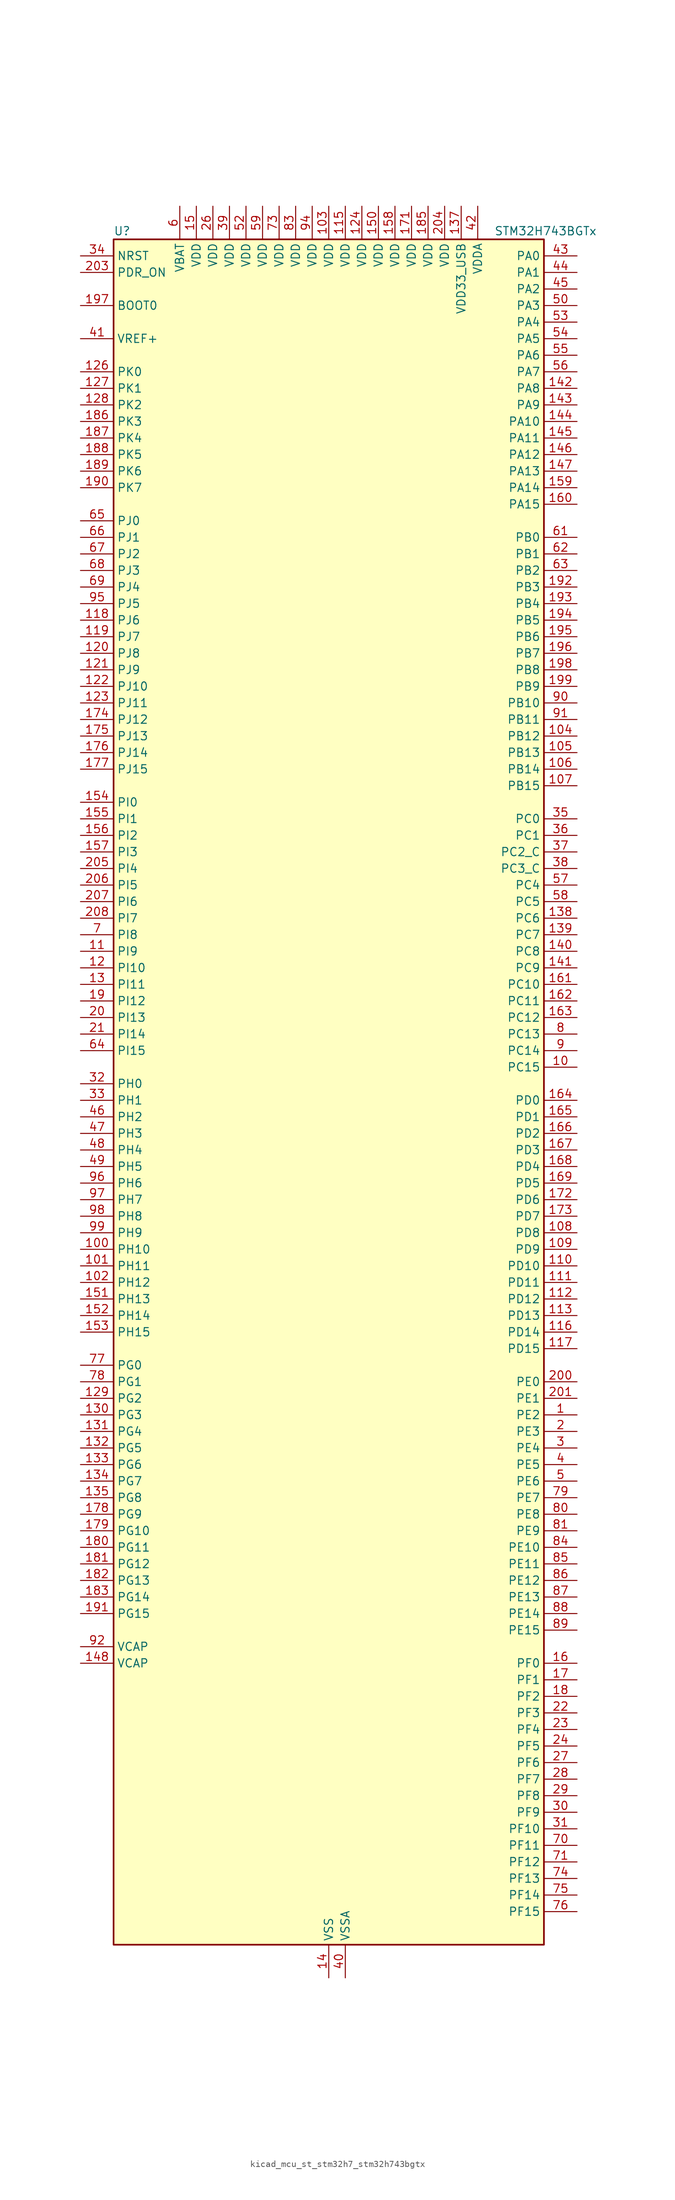
<source format=kicad_sym>
(kicad_symbol_lib
  (version 20220914)
  (generator kicad_symbol_editor)
  (symbol "kicad_mcu_st_stm32h7_stm32h743bgtx"
    (property "Reference" "U"
      (at -33.02 133.35 0)
      (effects (font (size 1.27 1.27)) (justify left)))
    (property "Value" "STM32H743BGTx"
      (at 25.4 133.35 0)
      (effects (font (size 1.27 1.27)) (justify left)))
    (property "ki_locked" ""
      (at 0 0 0)
      (effects (font (size 1.27 1.27))))
    (symbol "kicad_mcu_st_stm32h7_stm32h743bgtx_0_1"
      (rectangle (start -33.02 -129.54) (end 33.02 132.08) (stroke (width 0.254) (type default)) (fill (type background))))
    (symbol "kicad_mcu_st_stm32h7_stm32h743bgtx_1_1"
      (pin bidirectional line (at 38.1 -48.26 180) (length 5.08) (name "PE2" (effects (font (size 1.27 1.27)))) (number "1" (effects (font (size 1.27 1.27)))) (alternate "DEBUG_TRACECLK" bidirectional line) (alternate "ETH_TXD3" bidirectional line) (alternate "FMC_A23" bidirectional line) (alternate "QUADSPI_BK1_IO2" bidirectional line) (alternate "SAI1_CK1" bidirectional line) (alternate "SAI1_MCLK_A" bidirectional line) (alternate "SAI4_CK1" bidirectional line) (alternate "SAI4_MCLK_A" bidirectional line) (alternate "SPI4_SCK" bidirectional line))
      (pin bidirectional line (at 38.1 5.08 180) (length 5.08) (name "PC15" (effects (font (size 1.27 1.27)))) (number "10" (effects (font (size 1.27 1.27)))) (alternate "ADC1_EXTI15" bidirectional line) (alternate "ADC2_EXTI15" bidirectional line) (alternate "ADC3_EXTI15" bidirectional line) (alternate "RCC_OSC32_OUT" bidirectional line))
      (pin bidirectional line (at -38.1 -22.86 0) (length 5.08) (name "PH10" (effects (font (size 1.27 1.27)))) (number "100" (effects (font (size 1.27 1.27)))) (alternate "DCMI_D1" bidirectional line) (alternate "FMC_D18" bidirectional line) (alternate "I2C4_SMBA" bidirectional line) (alternate "LTDC_R4" bidirectional line) (alternate "TIM5_CH1" bidirectional line))
      (pin bidirectional line (at -38.1 -25.4 0) (length 5.08) (name "PH11" (effects (font (size 1.27 1.27)))) (number "101" (effects (font (size 1.27 1.27)))) (alternate "ADC1_EXTI11" bidirectional line) (alternate "ADC2_EXTI11" bidirectional line) (alternate "ADC3_EXTI11" bidirectional line) (alternate "DCMI_D2" bidirectional line) (alternate "FMC_D19" bidirectional line) (alternate "I2C4_SCL" bidirectional line) (alternate "LTDC_R5" bidirectional line) (alternate "TIM5_CH2" bidirectional line))
      (pin bidirectional line (at -38.1 -27.94 0) (length 5.08) (name "PH12" (effects (font (size 1.27 1.27)))) (number "102" (effects (font (size 1.27 1.27)))) (alternate "DCMI_D3" bidirectional line) (alternate "FMC_D20" bidirectional line) (alternate "I2C4_SDA" bidirectional line) (alternate "LTDC_R6" bidirectional line) (alternate "TIM5_CH3" bidirectional line))
      (pin power_in line (at 0 137.16 270) (length 5.08) (name "VDD" (effects (font (size 1.27 1.27)))) (number "103" (effects (font (size 1.27 1.27)))))
      (pin bidirectional line (at 38.1 55.88 180) (length 5.08) (name "PB12" (effects (font (size 1.27 1.27)))) (number "104" (effects (font (size 1.27 1.27)))) (alternate "DFSDM1_DATIN1" bidirectional line) (alternate "ETH_TXD0" bidirectional line) (alternate "FDCAN2_RX" bidirectional line) (alternate "I2C2_SMBA" bidirectional line) (alternate "I2S2_WS" bidirectional line) (alternate "SPI2_NSS" bidirectional line) (alternate "TIM1_BKIN" bidirectional line) (alternate "TIM1_BKIN_COMP1" bidirectional line) (alternate "TIM1_BKIN_COMP2" bidirectional line) (alternate "UART5_RX" bidirectional line) (alternate "USART3_CK" bidirectional line) (alternate "USB_OTG_HS_ID" bidirectional line) (alternate "USB_OTG_HS_ULPI_D5" bidirectional line))
      (pin bidirectional line (at 38.1 53.34 180) (length 5.08) (name "PB13" (effects (font (size 1.27 1.27)))) (number "105" (effects (font (size 1.27 1.27)))) (alternate "DFSDM1_CKIN1" bidirectional line) (alternate "ETH_TXD1" bidirectional line) (alternate "FDCAN2_TX" bidirectional line) (alternate "I2S2_CK" bidirectional line) (alternate "LPTIM2_OUT" bidirectional line) (alternate "SPI2_SCK" bidirectional line) (alternate "TIM1_CH1N" bidirectional line) (alternate "UART5_TX" bidirectional line) (alternate "USART3_CTS" bidirectional line) (alternate "USART3_NSS" bidirectional line) (alternate "USB_OTG_HS_ULPI_D6" bidirectional line) (alternate "USB_OTG_HS_VBUS" bidirectional line))
      (pin bidirectional line (at 38.1 50.8 180) (length 5.08) (name "PB14" (effects (font (size 1.27 1.27)))) (number "106" (effects (font (size 1.27 1.27)))) (alternate "DFSDM1_DATIN2" bidirectional line) (alternate "I2S2_SDI" bidirectional line) (alternate "SDMMC2_D0" bidirectional line) (alternate "SPI2_MISO" bidirectional line) (alternate "TIM12_CH1" bidirectional line) (alternate "TIM1_CH2N" bidirectional line) (alternate "TIM8_CH2N" bidirectional line) (alternate "UART4_DE" bidirectional line) (alternate "UART4_RTS" bidirectional line) (alternate "USART1_TX" bidirectional line) (alternate "USART3_DE" bidirectional line) (alternate "USART3_RTS" bidirectional line) (alternate "USB_OTG_HS_DM" bidirectional line))
      (pin bidirectional line (at 38.1 48.26 180) (length 5.08) (name "PB15" (effects (font (size 1.27 1.27)))) (number "107" (effects (font (size 1.27 1.27)))) (alternate "ADC1_EXTI15" bidirectional line) (alternate "ADC2_EXTI15" bidirectional line) (alternate "ADC3_EXTI15" bidirectional line) (alternate "DFSDM1_CKIN2" bidirectional line) (alternate "I2S2_SDO" bidirectional line) (alternate "RTC_REFIN" bidirectional line) (alternate "SDMMC2_D1" bidirectional line) (alternate "SPI2_MOSI" bidirectional line) (alternate "TIM12_CH2" bidirectional line) (alternate "TIM1_CH3N" bidirectional line) (alternate "TIM8_CH3N" bidirectional line) (alternate "UART4_CTS" bidirectional line) (alternate "USART1_RX" bidirectional line) (alternate "USB_OTG_HS_DP" bidirectional line))
      (pin bidirectional line (at 38.1 -20.32 180) (length 5.08) (name "PD8" (effects (font (size 1.27 1.27)))) (number "108" (effects (font (size 1.27 1.27)))) (alternate "DFSDM1_CKIN3" bidirectional line) (alternate "FMC_D13" bidirectional line) (alternate "FMC_DA13" bidirectional line) (alternate "SAI3_SCK_B" bidirectional line) (alternate "SPDIFRX1_IN1" bidirectional line) (alternate "USART3_TX" bidirectional line))
      (pin bidirectional line (at 38.1 -22.86 180) (length 5.08) (name "PD9" (effects (font (size 1.27 1.27)))) (number "109" (effects (font (size 1.27 1.27)))) (alternate "DAC1_EXTI9" bidirectional line) (alternate "DFSDM1_DATIN3" bidirectional line) (alternate "FMC_D14" bidirectional line) (alternate "FMC_DA14" bidirectional line) (alternate "SAI3_SD_B" bidirectional line) (alternate "USART3_RX" bidirectional line))
      (pin bidirectional line (at -38.1 22.86 0) (length 5.08) (name "PI9" (effects (font (size 1.27 1.27)))) (number "11" (effects (font (size 1.27 1.27)))) (alternate "DAC1_EXTI9" bidirectional line) (alternate "FDCAN1_RX" bidirectional line) (alternate "FMC_D30" bidirectional line) (alternate "LTDC_VSYNC" bidirectional line) (alternate "UART4_RX" bidirectional line))
      (pin bidirectional line (at 38.1 -25.4 180) (length 5.08) (name "PD10" (effects (font (size 1.27 1.27)))) (number "110" (effects (font (size 1.27 1.27)))) (alternate "DFSDM1_CKOUT" bidirectional line) (alternate "FMC_D15" bidirectional line) (alternate "FMC_DA15" bidirectional line) (alternate "LTDC_B3" bidirectional line) (alternate "SAI3_FS_B" bidirectional line) (alternate "USART3_CK" bidirectional line))
      (pin bidirectional line (at 38.1 -27.94 180) (length 5.08) (name "PD11" (effects (font (size 1.27 1.27)))) (number "111" (effects (font (size 1.27 1.27)))) (alternate "ADC1_EXTI11" bidirectional line) (alternate "ADC2_EXTI11" bidirectional line) (alternate "ADC3_EXTI11" bidirectional line) (alternate "FMC_A16" bidirectional line) (alternate "FMC_CLE" bidirectional line) (alternate "I2C4_SMBA" bidirectional line) (alternate "LPTIM2_IN2" bidirectional line) (alternate "QUADSPI_BK1_IO0" bidirectional line) (alternate "SAI2_SD_A" bidirectional line) (alternate "USART3_CTS" bidirectional line) (alternate "USART3_NSS" bidirectional line))
      (pin bidirectional line (at 38.1 -30.48 180) (length 5.08) (name "PD12" (effects (font (size 1.27 1.27)))) (number "112" (effects (font (size 1.27 1.27)))) (alternate "FMC_A17" bidirectional line) (alternate "FMC_ALE" bidirectional line) (alternate "I2C4_SCL" bidirectional line) (alternate "LPTIM1_IN1" bidirectional line) (alternate "LPTIM2_IN1" bidirectional line) (alternate "QUADSPI_BK1_IO1" bidirectional line) (alternate "SAI2_FS_A" bidirectional line) (alternate "TIM4_CH1" bidirectional line) (alternate "USART3_DE" bidirectional line) (alternate "USART3_RTS" bidirectional line))
      (pin bidirectional line (at 38.1 -33.02 180) (length 5.08) (name "PD13" (effects (font (size 1.27 1.27)))) (number "113" (effects (font (size 1.27 1.27)))) (alternate "FMC_A18" bidirectional line) (alternate "I2C4_SDA" bidirectional line) (alternate "LPTIM1_OUT" bidirectional line) (alternate "QUADSPI_BK1_IO3" bidirectional line) (alternate "SAI2_SCK_A" bidirectional line) (alternate "TIM4_CH2" bidirectional line))
      (pin passive line (at 0 -134.62 90) (length 5.08) hide (name "VSS" (effects (font (size 1.27 1.27)))) (number "114" (effects (font (size 1.27 1.27)))))
      (pin power_in line (at 2.54 137.16 270) (length 5.08) (name "VDD" (effects (font (size 1.27 1.27)))) (number "115" (effects (font (size 1.27 1.27)))))
      (pin bidirectional line (at 38.1 -35.56 180) (length 5.08) (name "PD14" (effects (font (size 1.27 1.27)))) (number "116" (effects (font (size 1.27 1.27)))) (alternate "FMC_D0" bidirectional line) (alternate "FMC_DA0" bidirectional line) (alternate "SAI3_MCLK_B" bidirectional line) (alternate "TIM4_CH3" bidirectional line) (alternate "UART8_CTS" bidirectional line))
      (pin bidirectional line (at 38.1 -38.1 180) (length 5.08) (name "PD15" (effects (font (size 1.27 1.27)))) (number "117" (effects (font (size 1.27 1.27)))) (alternate "ADC1_EXTI15" bidirectional line) (alternate "ADC2_EXTI15" bidirectional line) (alternate "ADC3_EXTI15" bidirectional line) (alternate "FMC_D1" bidirectional line) (alternate "FMC_DA1" bidirectional line) (alternate "SAI3_MCLK_A" bidirectional line) (alternate "TIM4_CH4" bidirectional line) (alternate "UART8_DE" bidirectional line) (alternate "UART8_RTS" bidirectional line))
      (pin bidirectional line (at -38.1 73.66 0) (length 5.08) (name "PJ6" (effects (font (size 1.27 1.27)))) (number "118" (effects (font (size 1.27 1.27)))) (alternate "LTDC_R7" bidirectional line) (alternate "TIM8_CH2" bidirectional line))
      (pin bidirectional line (at -38.1 71.12 0) (length 5.08) (name "PJ7" (effects (font (size 1.27 1.27)))) (number "119" (effects (font (size 1.27 1.27)))) (alternate "DEBUG_TRGIN" bidirectional line) (alternate "LTDC_G0" bidirectional line) (alternate "TIM8_CH2N" bidirectional line))
      (pin bidirectional line (at -38.1 20.32 0) (length 5.08) (name "PI10" (effects (font (size 1.27 1.27)))) (number "12" (effects (font (size 1.27 1.27)))) (alternate "ETH_RX_ER" bidirectional line) (alternate "FMC_D31" bidirectional line) (alternate "LTDC_HSYNC" bidirectional line))
      (pin bidirectional line (at -38.1 68.58 0) (length 5.08) (name "PJ8" (effects (font (size 1.27 1.27)))) (number "120" (effects (font (size 1.27 1.27)))) (alternate "LTDC_G1" bidirectional line) (alternate "TIM1_CH3N" bidirectional line) (alternate "TIM8_CH1" bidirectional line) (alternate "UART8_TX" bidirectional line))
      (pin bidirectional line (at -38.1 66.04 0) (length 5.08) (name "PJ9" (effects (font (size 1.27 1.27)))) (number "121" (effects (font (size 1.27 1.27)))) (alternate "DAC1_EXTI9" bidirectional line) (alternate "LTDC_G2" bidirectional line) (alternate "TIM1_CH3" bidirectional line) (alternate "TIM8_CH1N" bidirectional line) (alternate "UART8_RX" bidirectional line))
      (pin bidirectional line (at -38.1 63.5 0) (length 5.08) (name "PJ10" (effects (font (size 1.27 1.27)))) (number "122" (effects (font (size 1.27 1.27)))) (alternate "LTDC_G3" bidirectional line) (alternate "SPI5_MOSI" bidirectional line) (alternate "TIM1_CH2N" bidirectional line) (alternate "TIM8_CH2" bidirectional line))
      (pin bidirectional line (at -38.1 60.96 0) (length 5.08) (name "PJ11" (effects (font (size 1.27 1.27)))) (number "123" (effects (font (size 1.27 1.27)))) (alternate "ADC1_EXTI11" bidirectional line) (alternate "ADC2_EXTI11" bidirectional line) (alternate "ADC3_EXTI11" bidirectional line) (alternate "LTDC_G4" bidirectional line) (alternate "SPI5_MISO" bidirectional line) (alternate "TIM1_CH2" bidirectional line) (alternate "TIM8_CH2N" bidirectional line))
      (pin power_in line (at 5.08 137.16 270) (length 5.08) (name "VDD" (effects (font (size 1.27 1.27)))) (number "124" (effects (font (size 1.27 1.27)))))
      (pin passive line (at 0 -134.62 90) (length 5.08) hide (name "VSS" (effects (font (size 1.27 1.27)))) (number "125" (effects (font (size 1.27 1.27)))))
      (pin bidirectional line (at -38.1 111.76 0) (length 5.08) (name "PK0" (effects (font (size 1.27 1.27)))) (number "126" (effects (font (size 1.27 1.27)))) (alternate "LTDC_G5" bidirectional line) (alternate "SPI5_SCK" bidirectional line) (alternate "TIM1_CH1N" bidirectional line) (alternate "TIM8_CH3" bidirectional line))
      (pin bidirectional line (at -38.1 109.22 0) (length 5.08) (name "PK1" (effects (font (size 1.27 1.27)))) (number "127" (effects (font (size 1.27 1.27)))) (alternate "LTDC_G6" bidirectional line) (alternate "SPI5_NSS" bidirectional line) (alternate "TIM1_CH1" bidirectional line) (alternate "TIM8_CH3N" bidirectional line))
      (pin bidirectional line (at -38.1 106.68 0) (length 5.08) (name "PK2" (effects (font (size 1.27 1.27)))) (number "128" (effects (font (size 1.27 1.27)))) (alternate "LTDC_G7" bidirectional line) (alternate "TIM1_BKIN" bidirectional line) (alternate "TIM1_BKIN_COMP1" bidirectional line) (alternate "TIM1_BKIN_COMP2" bidirectional line) (alternate "TIM8_BKIN" bidirectional line) (alternate "TIM8_BKIN_COMP1" bidirectional line) (alternate "TIM8_BKIN_COMP2" bidirectional line))
      (pin bidirectional line (at -38.1 -45.72 0) (length 5.08) (name "PG2" (effects (font (size 1.27 1.27)))) (number "129" (effects (font (size 1.27 1.27)))) (alternate "FMC_A12" bidirectional line) (alternate "TIM8_BKIN" bidirectional line) (alternate "TIM8_BKIN_COMP1" bidirectional line) (alternate "TIM8_BKIN_COMP2" bidirectional line))
      (pin bidirectional line (at -38.1 17.78 0) (length 5.08) (name "PI11" (effects (font (size 1.27 1.27)))) (number "13" (effects (font (size 1.27 1.27)))) (alternate "ADC1_EXTI11" bidirectional line) (alternate "ADC2_EXTI11" bidirectional line) (alternate "ADC3_EXTI11" bidirectional line) (alternate "LTDC_G6" bidirectional line) (alternate "PWR_WKUP4" bidirectional line) (alternate "USB_OTG_HS_ULPI_DIR" bidirectional line))
      (pin bidirectional line (at -38.1 -48.26 0) (length 5.08) (name "PG3" (effects (font (size 1.27 1.27)))) (number "130" (effects (font (size 1.27 1.27)))) (alternate "FMC_A13" bidirectional line) (alternate "TIM8_BKIN2" bidirectional line) (alternate "TIM8_BKIN2_COMP1" bidirectional line) (alternate "TIM8_BKIN2_COMP2" bidirectional line))
      (pin bidirectional line (at -38.1 -50.8 0) (length 5.08) (name "PG4" (effects (font (size 1.27 1.27)))) (number "131" (effects (font (size 1.27 1.27)))) (alternate "FMC_A14" bidirectional line) (alternate "FMC_BA0" bidirectional line) (alternate "TIM1_BKIN2" bidirectional line) (alternate "TIM1_BKIN2_COMP1" bidirectional line) (alternate "TIM1_BKIN2_COMP2" bidirectional line))
      (pin bidirectional line (at -38.1 -53.34 0) (length 5.08) (name "PG5" (effects (font (size 1.27 1.27)))) (number "132" (effects (font (size 1.27 1.27)))) (alternate "FMC_A15" bidirectional line) (alternate "FMC_BA1" bidirectional line) (alternate "TIM1_ETR" bidirectional line))
      (pin bidirectional line (at -38.1 -55.88 0) (length 5.08) (name "PG6" (effects (font (size 1.27 1.27)))) (number "133" (effects (font (size 1.27 1.27)))) (alternate "DCMI_D12" bidirectional line) (alternate "FMC_NE3" bidirectional line) (alternate "HRTIM_CHE1" bidirectional line) (alternate "LTDC_R7" bidirectional line) (alternate "QUADSPI_BK1_NCS" bidirectional line) (alternate "TIM17_BKIN" bidirectional line))
      (pin bidirectional line (at -38.1 -58.42 0) (length 5.08) (name "PG7" (effects (font (size 1.27 1.27)))) (number "134" (effects (font (size 1.27 1.27)))) (alternate "DCMI_D13" bidirectional line) (alternate "FMC_INT" bidirectional line) (alternate "HRTIM_CHE2" bidirectional line) (alternate "LTDC_CLK" bidirectional line) (alternate "SAI1_MCLK_A" bidirectional line) (alternate "USART6_CK" bidirectional line))
      (pin bidirectional line (at -38.1 -60.96 0) (length 5.08) (name "PG8" (effects (font (size 1.27 1.27)))) (number "135" (effects (font (size 1.27 1.27)))) (alternate "ETH_PPS_OUT" bidirectional line) (alternate "FMC_SDCLK" bidirectional line) (alternate "LTDC_G7" bidirectional line) (alternate "SPDIFRX1_IN2" bidirectional line) (alternate "SPI6_NSS" bidirectional line) (alternate "TIM8_ETR" bidirectional line) (alternate "USART6_DE" bidirectional line) (alternate "USART6_RTS" bidirectional line))
      (pin passive line (at 0 -134.62 90) (length 5.08) hide (name "VSS" (effects (font (size 1.27 1.27)))) (number "136" (effects (font (size 1.27 1.27)))))
      (pin power_in line (at 20.32 137.16 270) (length 5.08) (name "VDD33_USB" (effects (font (size 1.27 1.27)))) (number "137" (effects (font (size 1.27 1.27)))))
      (pin bidirectional line (at 38.1 27.94 180) (length 5.08) (name "PC6" (effects (font (size 1.27 1.27)))) (number "138" (effects (font (size 1.27 1.27)))) (alternate "DCMI_D0" bidirectional line) (alternate "DFSDM1_CKIN3" bidirectional line) (alternate "FMC_NWAIT" bidirectional line) (alternate "HRTIM_CHA1" bidirectional line) (alternate "I2S2_MCK" bidirectional line) (alternate "LTDC_HSYNC" bidirectional line) (alternate "SDMMC1_D0DIR" bidirectional line) (alternate "SDMMC1_D6" bidirectional line) (alternate "SDMMC2_D6" bidirectional line) (alternate "SWPMI1_IO" bidirectional line) (alternate "TIM3_CH1" bidirectional line) (alternate "TIM8_CH1" bidirectional line) (alternate "USART6_TX" bidirectional line))
      (pin bidirectional line (at 38.1 25.4 180) (length 5.08) (name "PC7" (effects (font (size 1.27 1.27)))) (number "139" (effects (font (size 1.27 1.27)))) (alternate "DCMI_D1" bidirectional line) (alternate "DEBUG_TRGIO" bidirectional line) (alternate "DFSDM1_DATIN3" bidirectional line) (alternate "FMC_NE1" bidirectional line) (alternate "HRTIM_CHA2" bidirectional line) (alternate "I2S3_MCK" bidirectional line) (alternate "LTDC_G6" bidirectional line) (alternate "SDMMC1_D123DIR" bidirectional line) (alternate "SDMMC1_D7" bidirectional line) (alternate "SDMMC2_D7" bidirectional line) (alternate "SWPMI1_TX" bidirectional line) (alternate "TIM3_CH2" bidirectional line) (alternate "TIM8_CH2" bidirectional line) (alternate "USART6_RX" bidirectional line))
      (pin power_in line (at 0 -134.62 90) (length 5.08) (name "VSS" (effects (font (size 1.27 1.27)))) (number "14" (effects (font (size 1.27 1.27)))))
      (pin bidirectional line (at 38.1 22.86 180) (length 5.08) (name "PC8" (effects (font (size 1.27 1.27)))) (number "140" (effects (font (size 1.27 1.27)))) (alternate "DCMI_D2" bidirectional line) (alternate "DEBUG_TRACED1" bidirectional line) (alternate "FMC_NCE" bidirectional line) (alternate "FMC_NE2" bidirectional line) (alternate "HRTIM_CHB1" bidirectional line) (alternate "SDMMC1_D0" bidirectional line) (alternate "SWPMI1_RX" bidirectional line) (alternate "TIM3_CH3" bidirectional line) (alternate "TIM8_CH3" bidirectional line) (alternate "UART5_DE" bidirectional line) (alternate "UART5_RTS" bidirectional line) (alternate "USART6_CK" bidirectional line))
      (pin bidirectional line (at 38.1 20.32 180) (length 5.08) (name "PC9" (effects (font (size 1.27 1.27)))) (number "141" (effects (font (size 1.27 1.27)))) (alternate "DAC1_EXTI9" bidirectional line) (alternate "DCMI_D3" bidirectional line) (alternate "I2C3_SDA" bidirectional line) (alternate "I2S_CKIN" bidirectional line) (alternate "LTDC_B2" bidirectional line) (alternate "LTDC_G3" bidirectional line) (alternate "QUADSPI_BK1_IO0" bidirectional line) (alternate "RCC_MCO_2" bidirectional line) (alternate "SDMMC1_D1" bidirectional line) (alternate "SWPMI1_SUSPEND" bidirectional line) (alternate "TIM3_CH4" bidirectional line) (alternate "TIM8_CH4" bidirectional line) (alternate "UART5_CTS" bidirectional line))
      (pin bidirectional line (at 38.1 109.22 180) (length 5.08) (name "PA8" (effects (font (size 1.27 1.27)))) (number "142" (effects (font (size 1.27 1.27)))) (alternate "HRTIM_CHB2" bidirectional line) (alternate "I2C3_SCL" bidirectional line) (alternate "LTDC_B3" bidirectional line) (alternate "LTDC_R6" bidirectional line) (alternate "RCC_MCO_1" bidirectional line) (alternate "TIM1_CH1" bidirectional line) (alternate "TIM8_BKIN2" bidirectional line) (alternate "TIM8_BKIN2_COMP1" bidirectional line) (alternate "TIM8_BKIN2_COMP2" bidirectional line) (alternate "UART7_RX" bidirectional line) (alternate "USART1_CK" bidirectional line) (alternate "USB_OTG_FS_SOF" bidirectional line))
      (pin bidirectional line (at 38.1 106.68 180) (length 5.08) (name "PA9" (effects (font (size 1.27 1.27)))) (number "143" (effects (font (size 1.27 1.27)))) (alternate "DAC1_EXTI9" bidirectional line) (alternate "DCMI_D0" bidirectional line) (alternate "HRTIM_CHC1" bidirectional line) (alternate "I2C3_SMBA" bidirectional line) (alternate "I2S2_CK" bidirectional line) (alternate "LPUART1_TX" bidirectional line) (alternate "LTDC_R5" bidirectional line) (alternate "SPI2_SCK" bidirectional line) (alternate "TIM1_CH2" bidirectional line) (alternate "USART1_TX" bidirectional line) (alternate "USB_OTG_FS_VBUS" bidirectional line))
      (pin bidirectional line (at 38.1 104.14 180) (length 5.08) (name "PA10" (effects (font (size 1.27 1.27)))) (number "144" (effects (font (size 1.27 1.27)))) (alternate "DCMI_D1" bidirectional line) (alternate "HRTIM_CHC2" bidirectional line) (alternate "LPUART1_RX" bidirectional line) (alternate "LTDC_B1" bidirectional line) (alternate "LTDC_B4" bidirectional line) (alternate "MDIOS_MDIO" bidirectional line) (alternate "TIM1_CH3" bidirectional line) (alternate "USART1_RX" bidirectional line) (alternate "USB_OTG_FS_ID" bidirectional line))
      (pin bidirectional line (at 38.1 101.6 180) (length 5.08) (name "PA11" (effects (font (size 1.27 1.27)))) (number "145" (effects (font (size 1.27 1.27)))) (alternate "ADC1_EXTI11" bidirectional line) (alternate "ADC2_EXTI11" bidirectional line) (alternate "ADC3_EXTI11" bidirectional line) (alternate "FDCAN1_RX" bidirectional line) (alternate "HRTIM_CHD1" bidirectional line) (alternate "I2S2_WS" bidirectional line) (alternate "LPUART1_CTS" bidirectional line) (alternate "LTDC_R4" bidirectional line) (alternate "SPI2_NSS" bidirectional line) (alternate "TIM1_CH4" bidirectional line) (alternate "UART4_RX" bidirectional line) (alternate "USART1_CTS" bidirectional line) (alternate "USART1_NSS" bidirectional line) (alternate "USB_OTG_FS_DM" bidirectional line))
      (pin bidirectional line (at 38.1 99.06 180) (length 5.08) (name "PA12" (effects (font (size 1.27 1.27)))) (number "146" (effects (font (size 1.27 1.27)))) (alternate "FDCAN1_TX" bidirectional line) (alternate "HRTIM_CHD2" bidirectional line) (alternate "I2S2_CK" bidirectional line) (alternate "LPUART1_DE" bidirectional line) (alternate "LPUART1_RTS" bidirectional line) (alternate "LTDC_R5" bidirectional line) (alternate "SAI2_FS_B" bidirectional line) (alternate "SPI2_SCK" bidirectional line) (alternate "TIM1_ETR" bidirectional line) (alternate "UART4_TX" bidirectional line) (alternate "USART1_DE" bidirectional line) (alternate "USART1_RTS" bidirectional line) (alternate "USB_OTG_FS_DP" bidirectional line))
      (pin bidirectional line (at 38.1 96.52 180) (length 5.08) (name "PA13" (effects (font (size 1.27 1.27)))) (number "147" (effects (font (size 1.27 1.27)))) (alternate "DEBUG_JTMS-SWDIO" bidirectional line))
      (pin power_out line (at -38.1 -86.36 0) (length 5.08) (name "VCAP" (effects (font (size 1.27 1.27)))) (number "148" (effects (font (size 1.27 1.27)))))
      (pin passive line (at 0 -134.62 90) (length 5.08) hide (name "VSS" (effects (font (size 1.27 1.27)))) (number "149" (effects (font (size 1.27 1.27)))))
      (pin power_in line (at -20.32 137.16 270) (length 5.08) (name "VDD" (effects (font (size 1.27 1.27)))) (number "15" (effects (font (size 1.27 1.27)))))
      (pin power_in line (at 7.62 137.16 270) (length 5.08) (name "VDD" (effects (font (size 1.27 1.27)))) (number "150" (effects (font (size 1.27 1.27)))))
      (pin bidirectional line (at -38.1 -30.48 0) (length 5.08) (name "PH13" (effects (font (size 1.27 1.27)))) (number "151" (effects (font (size 1.27 1.27)))) (alternate "FDCAN1_TX" bidirectional line) (alternate "FMC_D21" bidirectional line) (alternate "LTDC_G2" bidirectional line) (alternate "TIM8_CH1N" bidirectional line) (alternate "UART4_TX" bidirectional line))
      (pin bidirectional line (at -38.1 -33.02 0) (length 5.08) (name "PH14" (effects (font (size 1.27 1.27)))) (number "152" (effects (font (size 1.27 1.27)))) (alternate "DCMI_D4" bidirectional line) (alternate "FDCAN1_RX" bidirectional line) (alternate "FMC_D22" bidirectional line) (alternate "LTDC_G3" bidirectional line) (alternate "TIM8_CH2N" bidirectional line) (alternate "UART4_RX" bidirectional line))
      (pin bidirectional line (at -38.1 -35.56 0) (length 5.08) (name "PH15" (effects (font (size 1.27 1.27)))) (number "153" (effects (font (size 1.27 1.27)))) (alternate "ADC1_EXTI15" bidirectional line) (alternate "ADC2_EXTI15" bidirectional line) (alternate "ADC3_EXTI15" bidirectional line) (alternate "DCMI_D11" bidirectional line) (alternate "FMC_D23" bidirectional line) (alternate "LTDC_G4" bidirectional line) (alternate "TIM8_CH3N" bidirectional line))
      (pin bidirectional line (at -38.1 45.72 0) (length 5.08) (name "PI0" (effects (font (size 1.27 1.27)))) (number "154" (effects (font (size 1.27 1.27)))) (alternate "DCMI_D13" bidirectional line) (alternate "FMC_D24" bidirectional line) (alternate "I2S2_WS" bidirectional line) (alternate "LTDC_G5" bidirectional line) (alternate "SPI2_NSS" bidirectional line) (alternate "TIM5_CH4" bidirectional line))
      (pin bidirectional line (at -38.1 43.18 0) (length 5.08) (name "PI1" (effects (font (size 1.27 1.27)))) (number "155" (effects (font (size 1.27 1.27)))) (alternate "DCMI_D8" bidirectional line) (alternate "FMC_D25" bidirectional line) (alternate "I2S2_CK" bidirectional line) (alternate "LTDC_G6" bidirectional line) (alternate "SPI2_SCK" bidirectional line) (alternate "TIM8_BKIN2" bidirectional line) (alternate "TIM8_BKIN2_COMP1" bidirectional line) (alternate "TIM8_BKIN2_COMP2" bidirectional line))
      (pin bidirectional line (at -38.1 40.64 0) (length 5.08) (name "PI2" (effects (font (size 1.27 1.27)))) (number "156" (effects (font (size 1.27 1.27)))) (alternate "DCMI_D9" bidirectional line) (alternate "FMC_D26" bidirectional line) (alternate "I2S2_SDI" bidirectional line) (alternate "LTDC_G7" bidirectional line) (alternate "SPI2_MISO" bidirectional line) (alternate "TIM8_CH4" bidirectional line))
      (pin bidirectional line (at -38.1 38.1 0) (length 5.08) (name "PI3" (effects (font (size 1.27 1.27)))) (number "157" (effects (font (size 1.27 1.27)))) (alternate "DCMI_D10" bidirectional line) (alternate "FMC_D27" bidirectional line) (alternate "I2S2_SDO" bidirectional line) (alternate "SPI2_MOSI" bidirectional line) (alternate "TIM8_ETR" bidirectional line))
      (pin power_in line (at 10.16 137.16 270) (length 5.08) (name "VDD" (effects (font (size 1.27 1.27)))) (number "158" (effects (font (size 1.27 1.27)))))
      (pin bidirectional line (at 38.1 93.98 180) (length 5.08) (name "PA14" (effects (font (size 1.27 1.27)))) (number "159" (effects (font (size 1.27 1.27)))) (alternate "DEBUG_JTCK-SWCLK" bidirectional line))
      (pin bidirectional line (at 38.1 -86.36 180) (length 5.08) (name "PF0" (effects (font (size 1.27 1.27)))) (number "16" (effects (font (size 1.27 1.27)))) (alternate "FMC_A0" bidirectional line) (alternate "I2C2_SDA" bidirectional line))
      (pin bidirectional line (at 38.1 91.44 180) (length 5.08) (name "PA15" (effects (font (size 1.27 1.27)))) (number "160" (effects (font (size 1.27 1.27)))) (alternate "ADC1_EXTI15" bidirectional line) (alternate "ADC2_EXTI15" bidirectional line) (alternate "ADC3_EXTI15" bidirectional line) (alternate "CEC" bidirectional line) (alternate "DEBUG_JTDI" bidirectional line) (alternate "HRTIM_FLT1" bidirectional line) (alternate "I2S1_WS" bidirectional line) (alternate "I2S3_WS" bidirectional line) (alternate "SPI1_NSS" bidirectional line) (alternate "SPI3_NSS" bidirectional line) (alternate "SPI6_NSS" bidirectional line) (alternate "TIM2_CH1" bidirectional line) (alternate "TIM2_ETR" bidirectional line) (alternate "UART4_DE" bidirectional line) (alternate "UART4_RTS" bidirectional line) (alternate "UART7_TX" bidirectional line))
      (pin bidirectional line (at 38.1 17.78 180) (length 5.08) (name "PC10" (effects (font (size 1.27 1.27)))) (number "161" (effects (font (size 1.27 1.27)))) (alternate "DCMI_D8" bidirectional line) (alternate "DFSDM1_CKIN5" bidirectional line) (alternate "HRTIM_EEV1" bidirectional line) (alternate "I2S3_CK" bidirectional line) (alternate "LTDC_R2" bidirectional line) (alternate "QUADSPI_BK1_IO1" bidirectional line) (alternate "SDMMC1_D2" bidirectional line) (alternate "SPI3_SCK" bidirectional line) (alternate "UART4_TX" bidirectional line) (alternate "USART3_TX" bidirectional line))
      (pin bidirectional line (at 38.1 15.24 180) (length 5.08) (name "PC11" (effects (font (size 1.27 1.27)))) (number "162" (effects (font (size 1.27 1.27)))) (alternate "ADC1_EXTI11" bidirectional line) (alternate "ADC2_EXTI11" bidirectional line) (alternate "ADC3_EXTI11" bidirectional line) (alternate "DCMI_D4" bidirectional line) (alternate "DFSDM1_DATIN5" bidirectional line) (alternate "HRTIM_FLT2" bidirectional line) (alternate "I2S3_SDI" bidirectional line) (alternate "QUADSPI_BK2_NCS" bidirectional line) (alternate "SDMMC1_D3" bidirectional line) (alternate "SPI3_MISO" bidirectional line) (alternate "UART4_RX" bidirectional line) (alternate "USART3_RX" bidirectional line))
      (pin bidirectional line (at 38.1 12.7 180) (length 5.08) (name "PC12" (effects (font (size 1.27 1.27)))) (number "163" (effects (font (size 1.27 1.27)))) (alternate "DCMI_D9" bidirectional line) (alternate "DEBUG_TRACED3" bidirectional line) (alternate "HRTIM_EEV2" bidirectional line) (alternate "I2S3_SDO" bidirectional line) (alternate "SDMMC1_CK" bidirectional line) (alternate "SPI3_MOSI" bidirectional line) (alternate "UART5_TX" bidirectional line) (alternate "USART3_CK" bidirectional line))
      (pin bidirectional line (at 38.1 0 180) (length 5.08) (name "PD0" (effects (font (size 1.27 1.27)))) (number "164" (effects (font (size 1.27 1.27)))) (alternate "DFSDM1_CKIN6" bidirectional line) (alternate "FDCAN1_RX" bidirectional line) (alternate "FMC_D2" bidirectional line) (alternate "FMC_DA2" bidirectional line) (alternate "SAI3_SCK_A" bidirectional line) (alternate "UART4_RX" bidirectional line))
      (pin bidirectional line (at 38.1 -2.54 180) (length 5.08) (name "PD1" (effects (font (size 1.27 1.27)))) (number "165" (effects (font (size 1.27 1.27)))) (alternate "DFSDM1_DATIN6" bidirectional line) (alternate "FDCAN1_TX" bidirectional line) (alternate "FMC_D3" bidirectional line) (alternate "FMC_DA3" bidirectional line) (alternate "SAI3_SD_A" bidirectional line) (alternate "UART4_TX" bidirectional line))
      (pin bidirectional line (at 38.1 -5.08 180) (length 5.08) (name "PD2" (effects (font (size 1.27 1.27)))) (number "166" (effects (font (size 1.27 1.27)))) (alternate "DCMI_D11" bidirectional line) (alternate "DEBUG_TRACED2" bidirectional line) (alternate "SDMMC1_CMD" bidirectional line) (alternate "TIM3_ETR" bidirectional line) (alternate "UART5_RX" bidirectional line))
      (pin bidirectional line (at 38.1 -7.62 180) (length 5.08) (name "PD3" (effects (font (size 1.27 1.27)))) (number "167" (effects (font (size 1.27 1.27)))) (alternate "DCMI_D5" bidirectional line) (alternate "DFSDM1_CKOUT" bidirectional line) (alternate "FMC_CLK" bidirectional line) (alternate "I2S2_CK" bidirectional line) (alternate "LTDC_G7" bidirectional line) (alternate "SPI2_SCK" bidirectional line) (alternate "USART2_CTS" bidirectional line) (alternate "USART2_NSS" bidirectional line))
      (pin bidirectional line (at 38.1 -10.16 180) (length 5.08) (name "PD4" (effects (font (size 1.27 1.27)))) (number "168" (effects (font (size 1.27 1.27)))) (alternate "FMC_NOE" bidirectional line) (alternate "HRTIM_FLT3" bidirectional line) (alternate "SAI3_FS_A" bidirectional line) (alternate "USART2_DE" bidirectional line) (alternate "USART2_RTS" bidirectional line))
      (pin bidirectional line (at 38.1 -12.7 180) (length 5.08) (name "PD5" (effects (font (size 1.27 1.27)))) (number "169" (effects (font (size 1.27 1.27)))) (alternate "FMC_NWE" bidirectional line) (alternate "HRTIM_EEV3" bidirectional line) (alternate "USART2_TX" bidirectional line))
      (pin bidirectional line (at 38.1 -88.9 180) (length 5.08) (name "PF1" (effects (font (size 1.27 1.27)))) (number "17" (effects (font (size 1.27 1.27)))) (alternate "FMC_A1" bidirectional line) (alternate "I2C2_SCL" bidirectional line))
      (pin passive line (at 0 -134.62 90) (length 5.08) hide (name "VSS" (effects (font (size 1.27 1.27)))) (number "170" (effects (font (size 1.27 1.27)))))
      (pin power_in line (at 12.7 137.16 270) (length 5.08) (name "VDD" (effects (font (size 1.27 1.27)))) (number "171" (effects (font (size 1.27 1.27)))))
      (pin bidirectional line (at 38.1 -15.24 180) (length 5.08) (name "PD6" (effects (font (size 1.27 1.27)))) (number "172" (effects (font (size 1.27 1.27)))) (alternate "DCMI_D10" bidirectional line) (alternate "DFSDM1_CKIN4" bidirectional line) (alternate "DFSDM1_DATIN1" bidirectional line) (alternate "FMC_NWAIT" bidirectional line) (alternate "I2S3_SDO" bidirectional line) (alternate "LTDC_B2" bidirectional line) (alternate "SAI1_D1" bidirectional line) (alternate "SAI1_SD_A" bidirectional line) (alternate "SAI4_D1" bidirectional line) (alternate "SAI4_SD_A" bidirectional line) (alternate "SDMMC2_CK" bidirectional line) (alternate "SPI3_MOSI" bidirectional line) (alternate "USART2_RX" bidirectional line))
      (pin bidirectional line (at 38.1 -17.78 180) (length 5.08) (name "PD7" (effects (font (size 1.27 1.27)))) (number "173" (effects (font (size 1.27 1.27)))) (alternate "DFSDM1_CKIN1" bidirectional line) (alternate "DFSDM1_DATIN4" bidirectional line) (alternate "FMC_NE1" bidirectional line) (alternate "I2S1_SDO" bidirectional line) (alternate "SDMMC2_CMD" bidirectional line) (alternate "SPDIFRX1_IN0" bidirectional line) (alternate "SPI1_MOSI" bidirectional line) (alternate "USART2_CK" bidirectional line))
      (pin bidirectional line (at -38.1 58.42 0) (length 5.08) (name "PJ12" (effects (font (size 1.27 1.27)))) (number "174" (effects (font (size 1.27 1.27)))) (alternate "DEBUG_TRGOUT" bidirectional line) (alternate "LTDC_B0" bidirectional line) (alternate "LTDC_G3" bidirectional line))
      (pin bidirectional line (at -38.1 55.88 0) (length 5.08) (name "PJ13" (effects (font (size 1.27 1.27)))) (number "175" (effects (font (size 1.27 1.27)))) (alternate "LTDC_B1" bidirectional line) (alternate "LTDC_B4" bidirectional line))
      (pin bidirectional line (at -38.1 53.34 0) (length 5.08) (name "PJ14" (effects (font (size 1.27 1.27)))) (number "176" (effects (font (size 1.27 1.27)))) (alternate "LTDC_B2" bidirectional line))
      (pin bidirectional line (at -38.1 50.8 0) (length 5.08) (name "PJ15" (effects (font (size 1.27 1.27)))) (number "177" (effects (font (size 1.27 1.27)))) (alternate "ADC1_EXTI15" bidirectional line) (alternate "ADC2_EXTI15" bidirectional line) (alternate "ADC3_EXTI15" bidirectional line) (alternate "LTDC_B3" bidirectional line))
      (pin bidirectional line (at -38.1 -63.5 0) (length 5.08) (name "PG9" (effects (font (size 1.27 1.27)))) (number "178" (effects (font (size 1.27 1.27)))) (alternate "DAC1_EXTI9" bidirectional line) (alternate "DCMI_VSYNC" bidirectional line) (alternate "FMC_NCE" bidirectional line) (alternate "FMC_NE2" bidirectional line) (alternate "I2S1_SDI" bidirectional line) (alternate "QUADSPI_BK2_IO2" bidirectional line) (alternate "SAI2_FS_B" bidirectional line) (alternate "SPDIFRX1_IN3" bidirectional line) (alternate "SPI1_MISO" bidirectional line) (alternate "USART6_RX" bidirectional line))
      (pin bidirectional line (at -38.1 -66.04 0) (length 5.08) (name "PG10" (effects (font (size 1.27 1.27)))) (number "179" (effects (font (size 1.27 1.27)))) (alternate "DCMI_D2" bidirectional line) (alternate "FMC_NE3" bidirectional line) (alternate "HRTIM_FLT5" bidirectional line) (alternate "I2S1_WS" bidirectional line) (alternate "LTDC_B2" bidirectional line) (alternate "LTDC_G3" bidirectional line) (alternate "SAI2_SD_B" bidirectional line) (alternate "SPI1_NSS" bidirectional line))
      (pin bidirectional line (at 38.1 -91.44 180) (length 5.08) (name "PF2" (effects (font (size 1.27 1.27)))) (number "18" (effects (font (size 1.27 1.27)))) (alternate "FMC_A2" bidirectional line) (alternate "I2C2_SMBA" bidirectional line))
      (pin bidirectional line (at -38.1 -68.58 0) (length 5.08) (name "PG11" (effects (font (size 1.27 1.27)))) (number "180" (effects (font (size 1.27 1.27)))) (alternate "ADC1_EXTI11" bidirectional line) (alternate "ADC2_EXTI11" bidirectional line) (alternate "ADC3_EXTI11" bidirectional line) (alternate "DCMI_D3" bidirectional line) (alternate "ETH_TX_EN" bidirectional line) (alternate "HRTIM_EEV4" bidirectional line) (alternate "I2S1_CK" bidirectional line) (alternate "LPTIM1_IN2" bidirectional line) (alternate "LTDC_B3" bidirectional line) (alternate "SDMMC2_D2" bidirectional line) (alternate "SPDIFRX1_IN0" bidirectional line) (alternate "SPI1_SCK" bidirectional line))
      (pin bidirectional line (at -38.1 -71.12 0) (length 5.08) (name "PG12" (effects (font (size 1.27 1.27)))) (number "181" (effects (font (size 1.27 1.27)))) (alternate "ETH_TXD1" bidirectional line) (alternate "FMC_NE4" bidirectional line) (alternate "HRTIM_EEV5" bidirectional line) (alternate "LPTIM1_IN1" bidirectional line) (alternate "LTDC_B1" bidirectional line) (alternate "LTDC_B4" bidirectional line) (alternate "SPDIFRX1_IN1" bidirectional line) (alternate "SPI6_MISO" bidirectional line) (alternate "USART6_DE" bidirectional line) (alternate "USART6_RTS" bidirectional line))
      (pin bidirectional line (at -38.1 -73.66 0) (length 5.08) (name "PG13" (effects (font (size 1.27 1.27)))) (number "182" (effects (font (size 1.27 1.27)))) (alternate "DEBUG_TRACED0" bidirectional line) (alternate "ETH_TXD0" bidirectional line) (alternate "FMC_A24" bidirectional line) (alternate "HRTIM_EEV10" bidirectional line) (alternate "LPTIM1_OUT" bidirectional line) (alternate "LTDC_R0" bidirectional line) (alternate "SPI6_SCK" bidirectional line) (alternate "USART6_CTS" bidirectional line) (alternate "USART6_NSS" bidirectional line))
      (pin bidirectional line (at -38.1 -76.2 0) (length 5.08) (name "PG14" (effects (font (size 1.27 1.27)))) (number "183" (effects (font (size 1.27 1.27)))) (alternate "DEBUG_TRACED1" bidirectional line) (alternate "ETH_TXD1" bidirectional line) (alternate "FMC_A25" bidirectional line) (alternate "LPTIM1_ETR" bidirectional line) (alternate "LTDC_B0" bidirectional line) (alternate "QUADSPI_BK2_IO3" bidirectional line) (alternate "SPI6_MOSI" bidirectional line) (alternate "USART6_TX" bidirectional line))
      (pin passive line (at 0 -134.62 90) (length 5.08) hide (name "VSS" (effects (font (size 1.27 1.27)))) (number "184" (effects (font (size 1.27 1.27)))))
      (pin power_in line (at 15.24 137.16 270) (length 5.08) (name "VDD" (effects (font (size 1.27 1.27)))) (number "185" (effects (font (size 1.27 1.27)))))
      (pin bidirectional line (at -38.1 104.14 0) (length 5.08) (name "PK3" (effects (font (size 1.27 1.27)))) (number "186" (effects (font (size 1.27 1.27)))) (alternate "LTDC_B4" bidirectional line))
      (pin bidirectional line (at -38.1 101.6 0) (length 5.08) (name "PK4" (effects (font (size 1.27 1.27)))) (number "187" (effects (font (size 1.27 1.27)))) (alternate "LTDC_B5" bidirectional line))
      (pin bidirectional line (at -38.1 99.06 0) (length 5.08) (name "PK5" (effects (font (size 1.27 1.27)))) (number "188" (effects (font (size 1.27 1.27)))) (alternate "LTDC_B6" bidirectional line))
      (pin bidirectional line (at -38.1 96.52 0) (length 5.08) (name "PK6" (effects (font (size 1.27 1.27)))) (number "189" (effects (font (size 1.27 1.27)))) (alternate "LTDC_B7" bidirectional line))
      (pin bidirectional line (at -38.1 15.24 0) (length 5.08) (name "PI12" (effects (font (size 1.27 1.27)))) (number "19" (effects (font (size 1.27 1.27)))) (alternate "LTDC_HSYNC" bidirectional line))
      (pin bidirectional line (at -38.1 93.98 0) (length 5.08) (name "PK7" (effects (font (size 1.27 1.27)))) (number "190" (effects (font (size 1.27 1.27)))) (alternate "LTDC_DE" bidirectional line))
      (pin bidirectional line (at -38.1 -78.74 0) (length 5.08) (name "PG15" (effects (font (size 1.27 1.27)))) (number "191" (effects (font (size 1.27 1.27)))) (alternate "ADC1_EXTI15" bidirectional line) (alternate "ADC2_EXTI15" bidirectional line) (alternate "ADC3_EXTI15" bidirectional line) (alternate "DCMI_D13" bidirectional line) (alternate "FMC_SDNCAS" bidirectional line) (alternate "USART6_CTS" bidirectional line) (alternate "USART6_NSS" bidirectional line))
      (pin bidirectional line (at 38.1 78.74 180) (length 5.08) (name "PB3" (effects (font (size 1.27 1.27)))) (number "192" (effects (font (size 1.27 1.27)))) (alternate "CRS_SYNC" bidirectional line) (alternate "DEBUG_JTDO-SWO" bidirectional line) (alternate "HRTIM_FLT4" bidirectional line) (alternate "I2S1_CK" bidirectional line) (alternate "I2S3_CK" bidirectional line) (alternate "SDMMC2_D2" bidirectional line) (alternate "SPI1_SCK" bidirectional line) (alternate "SPI3_SCK" bidirectional line) (alternate "SPI6_SCK" bidirectional line) (alternate "TIM2_CH2" bidirectional line) (alternate "UART7_RX" bidirectional line))
      (pin bidirectional line (at 38.1 76.2 180) (length 5.08) (name "PB4" (effects (font (size 1.27 1.27)))) (number "193" (effects (font (size 1.27 1.27)))) (alternate "DEBUG_JTRST" bidirectional line) (alternate "HRTIM_EEV6" bidirectional line) (alternate "I2S1_SDI" bidirectional line) (alternate "I2S2_WS" bidirectional line) (alternate "I2S3_SDI" bidirectional line) (alternate "SDMMC2_D3" bidirectional line) (alternate "SPI1_MISO" bidirectional line) (alternate "SPI2_NSS" bidirectional line) (alternate "SPI3_MISO" bidirectional line) (alternate "SPI6_MISO" bidirectional line) (alternate "TIM16_BKIN" bidirectional line) (alternate "TIM3_CH1" bidirectional line) (alternate "UART7_TX" bidirectional line))
      (pin bidirectional line (at 38.1 73.66 180) (length 5.08) (name "PB5" (effects (font (size 1.27 1.27)))) (number "194" (effects (font (size 1.27 1.27)))) (alternate "DCMI_D10" bidirectional line) (alternate "ETH_PPS_OUT" bidirectional line) (alternate "FDCAN2_RX" bidirectional line) (alternate "FMC_SDCKE1" bidirectional line) (alternate "HRTIM_EEV7" bidirectional line) (alternate "I2C1_SMBA" bidirectional line) (alternate "I2C4_SMBA" bidirectional line) (alternate "I2S1_SDO" bidirectional line) (alternate "I2S3_SDO" bidirectional line) (alternate "SPI1_MOSI" bidirectional line) (alternate "SPI3_MOSI" bidirectional line) (alternate "SPI6_MOSI" bidirectional line) (alternate "TIM17_BKIN" bidirectional line) (alternate "TIM3_CH2" bidirectional line) (alternate "UART5_RX" bidirectional line) (alternate "USB_OTG_HS_ULPI_D7" bidirectional line))
      (pin bidirectional line (at 38.1 71.12 180) (length 5.08) (name "PB6" (effects (font (size 1.27 1.27)))) (number "195" (effects (font (size 1.27 1.27)))) (alternate "CEC" bidirectional line) (alternate "DCMI_D5" bidirectional line) (alternate "DFSDM1_DATIN5" bidirectional line) (alternate "FDCAN2_TX" bidirectional line) (alternate "FMC_SDNE1" bidirectional line) (alternate "HRTIM_EEV8" bidirectional line) (alternate "I2C1_SCL" bidirectional line) (alternate "I2C4_SCL" bidirectional line) (alternate "LPUART1_TX" bidirectional line) (alternate "QUADSPI_BK1_NCS" bidirectional line) (alternate "TIM16_CH1N" bidirectional line) (alternate "TIM4_CH1" bidirectional line) (alternate "UART5_TX" bidirectional line) (alternate "USART1_TX" bidirectional line))
      (pin bidirectional line (at 38.1 68.58 180) (length 5.08) (name "PB7" (effects (font (size 1.27 1.27)))) (number "196" (effects (font (size 1.27 1.27)))) (alternate "DCMI_VSYNC" bidirectional line) (alternate "DFSDM1_CKIN5" bidirectional line) (alternate "FMC_NL" bidirectional line) (alternate "HRTIM_EEV9" bidirectional line) (alternate "I2C1_SDA" bidirectional line) (alternate "I2C4_SDA" bidirectional line) (alternate "LPUART1_RX" bidirectional line) (alternate "PWR_PVD_IN" bidirectional line) (alternate "TIM17_CH1N" bidirectional line) (alternate "TIM4_CH2" bidirectional line) (alternate "USART1_RX" bidirectional line))
      (pin input line (at -38.1 121.92 0) (length 5.08) (name "BOOT0" (effects (font (size 1.27 1.27)))) (number "197" (effects (font (size 1.27 1.27)))))
      (pin bidirectional line (at 38.1 66.04 180) (length 5.08) (name "PB8" (effects (font (size 1.27 1.27)))) (number "198" (effects (font (size 1.27 1.27)))) (alternate "DCMI_D6" bidirectional line) (alternate "DFSDM1_CKIN7" bidirectional line) (alternate "ETH_TXD3" bidirectional line) (alternate "FDCAN1_RX" bidirectional line) (alternate "I2C1_SCL" bidirectional line) (alternate "I2C4_SCL" bidirectional line) (alternate "LTDC_B6" bidirectional line) (alternate "SDMMC1_CKIN" bidirectional line) (alternate "SDMMC1_D4" bidirectional line) (alternate "SDMMC2_D4" bidirectional line) (alternate "TIM16_CH1" bidirectional line) (alternate "TIM4_CH3" bidirectional line) (alternate "UART4_RX" bidirectional line))
      (pin bidirectional line (at 38.1 63.5 180) (length 5.08) (name "PB9" (effects (font (size 1.27 1.27)))) (number "199" (effects (font (size 1.27 1.27)))) (alternate "DAC1_EXTI9" bidirectional line) (alternate "DCMI_D7" bidirectional line) (alternate "DFSDM1_DATIN7" bidirectional line) (alternate "FDCAN1_TX" bidirectional line) (alternate "I2C1_SDA" bidirectional line) (alternate "I2C4_SDA" bidirectional line) (alternate "I2C4_SMBA" bidirectional line) (alternate "I2S2_WS" bidirectional line) (alternate "LTDC_B7" bidirectional line) (alternate "SDMMC1_CDIR" bidirectional line) (alternate "SDMMC1_D5" bidirectional line) (alternate "SDMMC2_D5" bidirectional line) (alternate "SPI2_NSS" bidirectional line) (alternate "TIM17_CH1" bidirectional line) (alternate "TIM4_CH4" bidirectional line) (alternate "UART4_TX" bidirectional line))
      (pin bidirectional line (at 38.1 -50.8 180) (length 5.08) (name "PE3" (effects (font (size 1.27 1.27)))) (number "2" (effects (font (size 1.27 1.27)))) (alternate "DEBUG_TRACED0" bidirectional line) (alternate "FMC_A19" bidirectional line) (alternate "SAI1_SD_B" bidirectional line) (alternate "SAI4_SD_B" bidirectional line) (alternate "TIM15_BKIN" bidirectional line))
      (pin bidirectional line (at -38.1 12.7 0) (length 5.08) (name "PI13" (effects (font (size 1.27 1.27)))) (number "20" (effects (font (size 1.27 1.27)))) (alternate "LTDC_VSYNC" bidirectional line))
      (pin bidirectional line (at 38.1 -43.18 180) (length 5.08) (name "PE0" (effects (font (size 1.27 1.27)))) (number "200" (effects (font (size 1.27 1.27)))) (alternate "DCMI_D2" bidirectional line) (alternate "FMC_NBL0" bidirectional line) (alternate "HRTIM_SCIN" bidirectional line) (alternate "LPTIM1_ETR" bidirectional line) (alternate "LPTIM2_ETR" bidirectional line) (alternate "SAI2_MCLK_A" bidirectional line) (alternate "TIM4_ETR" bidirectional line) (alternate "UART8_RX" bidirectional line))
      (pin bidirectional line (at 38.1 -45.72 180) (length 5.08) (name "PE1" (effects (font (size 1.27 1.27)))) (number "201" (effects (font (size 1.27 1.27)))) (alternate "DCMI_D3" bidirectional line) (alternate "FMC_NBL1" bidirectional line) (alternate "HRTIM_SCOUT" bidirectional line) (alternate "LPTIM1_IN2" bidirectional line) (alternate "UART8_TX" bidirectional line))
      (pin passive line (at 0 -134.62 90) (length 5.08) hide (name "VSS" (effects (font (size 1.27 1.27)))) (number "202" (effects (font (size 1.27 1.27)))))
      (pin input line (at -38.1 127 0) (length 5.08) (name "PDR_ON" (effects (font (size 1.27 1.27)))) (number "203" (effects (font (size 1.27 1.27)))))
      (pin power_in line (at 17.78 137.16 270) (length 5.08) (name "VDD" (effects (font (size 1.27 1.27)))) (number "204" (effects (font (size 1.27 1.27)))))
      (pin bidirectional line (at -38.1 35.56 0) (length 5.08) (name "PI4" (effects (font (size 1.27 1.27)))) (number "205" (effects (font (size 1.27 1.27)))) (alternate "DCMI_D5" bidirectional line) (alternate "FMC_NBL2" bidirectional line) (alternate "LTDC_B4" bidirectional line) (alternate "SAI2_MCLK_A" bidirectional line) (alternate "TIM8_BKIN" bidirectional line) (alternate "TIM8_BKIN_COMP1" bidirectional line) (alternate "TIM8_BKIN_COMP2" bidirectional line))
      (pin bidirectional line (at -38.1 33.02 0) (length 5.08) (name "PI5" (effects (font (size 1.27 1.27)))) (number "206" (effects (font (size 1.27 1.27)))) (alternate "DCMI_VSYNC" bidirectional line) (alternate "FMC_NBL3" bidirectional line) (alternate "LTDC_B5" bidirectional line) (alternate "SAI2_SCK_A" bidirectional line) (alternate "TIM8_CH1" bidirectional line))
      (pin bidirectional line (at -38.1 30.48 0) (length 5.08) (name "PI6" (effects (font (size 1.27 1.27)))) (number "207" (effects (font (size 1.27 1.27)))) (alternate "DCMI_D6" bidirectional line) (alternate "FMC_D28" bidirectional line) (alternate "LTDC_B6" bidirectional line) (alternate "SAI2_SD_A" bidirectional line) (alternate "TIM8_CH2" bidirectional line))
      (pin bidirectional line (at -38.1 27.94 0) (length 5.08) (name "PI7" (effects (font (size 1.27 1.27)))) (number "208" (effects (font (size 1.27 1.27)))) (alternate "DCMI_D7" bidirectional line) (alternate "FMC_D29" bidirectional line) (alternate "LTDC_B7" bidirectional line) (alternate "SAI2_FS_A" bidirectional line) (alternate "TIM8_CH3" bidirectional line))
      (pin bidirectional line (at -38.1 10.16 0) (length 5.08) (name "PI14" (effects (font (size 1.27 1.27)))) (number "21" (effects (font (size 1.27 1.27)))) (alternate "LTDC_CLK" bidirectional line))
      (pin bidirectional line (at 38.1 -93.98 180) (length 5.08) (name "PF3" (effects (font (size 1.27 1.27)))) (number "22" (effects (font (size 1.27 1.27)))) (alternate "ADC3_INP5" bidirectional line) (alternate "FMC_A3" bidirectional line))
      (pin bidirectional line (at 38.1 -96.52 180) (length 5.08) (name "PF4" (effects (font (size 1.27 1.27)))) (number "23" (effects (font (size 1.27 1.27)))) (alternate "ADC3_INN5" bidirectional line) (alternate "ADC3_INP9" bidirectional line) (alternate "FMC_A4" bidirectional line))
      (pin bidirectional line (at 38.1 -99.06 180) (length 5.08) (name "PF5" (effects (font (size 1.27 1.27)))) (number "24" (effects (font (size 1.27 1.27)))) (alternate "ADC3_INP4" bidirectional line) (alternate "FMC_A5" bidirectional line))
      (pin passive line (at 0 -134.62 90) (length 5.08) hide (name "VSS" (effects (font (size 1.27 1.27)))) (number "25" (effects (font (size 1.27 1.27)))))
      (pin power_in line (at -17.78 137.16 270) (length 5.08) (name "VDD" (effects (font (size 1.27 1.27)))) (number "26" (effects (font (size 1.27 1.27)))))
      (pin bidirectional line (at 38.1 -101.6 180) (length 5.08) (name "PF6" (effects (font (size 1.27 1.27)))) (number "27" (effects (font (size 1.27 1.27)))) (alternate "ADC3_INN4" bidirectional line) (alternate "ADC3_INP8" bidirectional line) (alternate "QUADSPI_BK1_IO3" bidirectional line) (alternate "SAI1_SD_B" bidirectional line) (alternate "SAI4_SD_B" bidirectional line) (alternate "SPI5_NSS" bidirectional line) (alternate "TIM16_CH1" bidirectional line) (alternate "UART7_RX" bidirectional line))
      (pin bidirectional line (at 38.1 -104.14 180) (length 5.08) (name "PF7" (effects (font (size 1.27 1.27)))) (number "28" (effects (font (size 1.27 1.27)))) (alternate "ADC3_INP3" bidirectional line) (alternate "QUADSPI_BK1_IO2" bidirectional line) (alternate "SAI1_MCLK_B" bidirectional line) (alternate "SAI4_MCLK_B" bidirectional line) (alternate "SPI5_SCK" bidirectional line) (alternate "TIM17_CH1" bidirectional line) (alternate "UART7_TX" bidirectional line))
      (pin bidirectional line (at 38.1 -106.68 180) (length 5.08) (name "PF8" (effects (font (size 1.27 1.27)))) (number "29" (effects (font (size 1.27 1.27)))) (alternate "ADC3_INN3" bidirectional line) (alternate "ADC3_INP7" bidirectional line) (alternate "QUADSPI_BK1_IO0" bidirectional line) (alternate "SAI1_SCK_B" bidirectional line) (alternate "SAI4_SCK_B" bidirectional line) (alternate "SPI5_MISO" bidirectional line) (alternate "TIM13_CH1" bidirectional line) (alternate "TIM16_CH1N" bidirectional line) (alternate "UART7_DE" bidirectional line) (alternate "UART7_RTS" bidirectional line))
      (pin bidirectional line (at 38.1 -53.34 180) (length 5.08) (name "PE4" (effects (font (size 1.27 1.27)))) (number "3" (effects (font (size 1.27 1.27)))) (alternate "DCMI_D4" bidirectional line) (alternate "DEBUG_TRACED1" bidirectional line) (alternate "DFSDM1_DATIN3" bidirectional line) (alternate "FMC_A20" bidirectional line) (alternate "LTDC_B0" bidirectional line) (alternate "SAI1_D2" bidirectional line) (alternate "SAI1_FS_A" bidirectional line) (alternate "SAI4_D2" bidirectional line) (alternate "SAI4_FS_A" bidirectional line) (alternate "SPI4_NSS" bidirectional line) (alternate "TIM15_CH1N" bidirectional line))
      (pin bidirectional line (at 38.1 -109.22 180) (length 5.08) (name "PF9" (effects (font (size 1.27 1.27)))) (number "30" (effects (font (size 1.27 1.27)))) (alternate "ADC3_INP2" bidirectional line) (alternate "DAC1_EXTI9" bidirectional line) (alternate "QUADSPI_BK1_IO1" bidirectional line) (alternate "SAI1_FS_B" bidirectional line) (alternate "SAI4_FS_B" bidirectional line) (alternate "SPI5_MOSI" bidirectional line) (alternate "TIM14_CH1" bidirectional line) (alternate "TIM17_CH1N" bidirectional line) (alternate "UART7_CTS" bidirectional line))
      (pin bidirectional line (at 38.1 -111.76 180) (length 5.08) (name "PF10" (effects (font (size 1.27 1.27)))) (number "31" (effects (font (size 1.27 1.27)))) (alternate "ADC3_INN2" bidirectional line) (alternate "ADC3_INP6" bidirectional line) (alternate "DCMI_D11" bidirectional line) (alternate "LTDC_DE" bidirectional line) (alternate "QUADSPI_CLK" bidirectional line) (alternate "SAI1_D3" bidirectional line) (alternate "SAI4_D3" bidirectional line) (alternate "TIM16_BKIN" bidirectional line))
      (pin bidirectional line (at -38.1 2.54 0) (length 5.08) (name "PH0" (effects (font (size 1.27 1.27)))) (number "32" (effects (font (size 1.27 1.27)))) (alternate "RCC_OSC_IN" bidirectional line))
      (pin bidirectional line (at -38.1 0 0) (length 5.08) (name "PH1" (effects (font (size 1.27 1.27)))) (number "33" (effects (font (size 1.27 1.27)))) (alternate "RCC_OSC_OUT" bidirectional line))
      (pin input line (at -38.1 129.54 0) (length 5.08) (name "NRST" (effects (font (size 1.27 1.27)))) (number "34" (effects (font (size 1.27 1.27)))))
      (pin bidirectional line (at 38.1 43.18 180) (length 5.08) (name "PC0" (effects (font (size 1.27 1.27)))) (number "35" (effects (font (size 1.27 1.27)))) (alternate "ADC1_INP10" bidirectional line) (alternate "ADC2_INP10" bidirectional line) (alternate "ADC3_INP10" bidirectional line) (alternate "DFSDM1_CKIN0" bidirectional line) (alternate "DFSDM1_DATIN4" bidirectional line) (alternate "FMC_SDNWE" bidirectional line) (alternate "LTDC_R5" bidirectional line) (alternate "SAI2_FS_B" bidirectional line) (alternate "USB_OTG_HS_ULPI_STP" bidirectional line))
      (pin bidirectional line (at 38.1 40.64 180) (length 5.08) (name "PC1" (effects (font (size 1.27 1.27)))) (number "36" (effects (font (size 1.27 1.27)))) (alternate "ADC1_INN10" bidirectional line) (alternate "ADC1_INP11" bidirectional line) (alternate "ADC2_INN10" bidirectional line) (alternate "ADC2_INP11" bidirectional line) (alternate "ADC3_INN10" bidirectional line) (alternate "ADC3_INP11" bidirectional line) (alternate "DEBUG_TRACED0" bidirectional line) (alternate "DFSDM1_CKIN4" bidirectional line) (alternate "DFSDM1_DATIN0" bidirectional line) (alternate "ETH_MDC" bidirectional line) (alternate "I2S2_SDO" bidirectional line) (alternate "MDIOS_MDC" bidirectional line) (alternate "PWR_WKUP5" bidirectional line) (alternate "RTC_TAMP3" bidirectional line) (alternate "SAI1_D1" bidirectional line) (alternate "SAI1_SD_A" bidirectional line) (alternate "SAI4_D1" bidirectional line) (alternate "SAI4_SD_A" bidirectional line) (alternate "SDMMC2_CK" bidirectional line) (alternate "SPI2_MOSI" bidirectional line))
      (pin bidirectional line (at 38.1 38.1 180) (length 5.08) (name "PC2_C" (effects (font (size 1.27 1.27)))) (number "37" (effects (font (size 1.27 1.27)))) (alternate "ADC3_INN1" bidirectional line) (alternate "ADC3_INP0" bidirectional line) (alternate "DFSDM1_CKIN1" bidirectional line) (alternate "DFSDM1_CKOUT" bidirectional line) (alternate "ETH_TXD2" bidirectional line) (alternate "FMC_SDNE0" bidirectional line) (alternate "I2S2_SDI" bidirectional line) (alternate "PWR_CSTOP" bidirectional line) (alternate "SPI2_MISO" bidirectional line) (alternate "USB_OTG_HS_ULPI_DIR" bidirectional line))
      (pin bidirectional line (at 38.1 35.56 180) (length 5.08) (name "PC3_C" (effects (font (size 1.27 1.27)))) (number "38" (effects (font (size 1.27 1.27)))) (alternate "ADC3_INP1" bidirectional line) (alternate "DFSDM1_DATIN1" bidirectional line) (alternate "ETH_TX_CLK" bidirectional line) (alternate "FMC_SDCKE0" bidirectional line) (alternate "I2S2_SDO" bidirectional line) (alternate "PWR_CSLEEP" bidirectional line) (alternate "SPI2_MOSI" bidirectional line) (alternate "USB_OTG_HS_ULPI_NXT" bidirectional line))
      (pin power_in line (at -15.24 137.16 270) (length 5.08) (name "VDD" (effects (font (size 1.27 1.27)))) (number "39" (effects (font (size 1.27 1.27)))))
      (pin bidirectional line (at 38.1 -55.88 180) (length 5.08) (name "PE5" (effects (font (size 1.27 1.27)))) (number "4" (effects (font (size 1.27 1.27)))) (alternate "DCMI_D6" bidirectional line) (alternate "DEBUG_TRACED2" bidirectional line) (alternate "DFSDM1_CKIN3" bidirectional line) (alternate "FMC_A21" bidirectional line) (alternate "LTDC_G0" bidirectional line) (alternate "SAI1_CK2" bidirectional line) (alternate "SAI1_SCK_A" bidirectional line) (alternate "SAI4_CK2" bidirectional line) (alternate "SAI4_SCK_A" bidirectional line) (alternate "SPI4_MISO" bidirectional line) (alternate "TIM15_CH1" bidirectional line))
      (pin power_in line (at 2.54 -134.62 90) (length 5.08) (name "VSSA" (effects (font (size 1.27 1.27)))) (number "40" (effects (font (size 1.27 1.27)))))
      (pin input line (at -38.1 116.84 0) (length 5.08) (name "VREF+" (effects (font (size 1.27 1.27)))) (number "41" (effects (font (size 1.27 1.27)))) (alternate "VREFBUF_OUT" bidirectional line))
      (pin power_in line (at 22.86 137.16 270) (length 5.08) (name "VDDA" (effects (font (size 1.27 1.27)))) (number "42" (effects (font (size 1.27 1.27)))))
      (pin bidirectional line (at 38.1 129.54 180) (length 5.08) (name "PA0" (effects (font (size 1.27 1.27)))) (number "43" (effects (font (size 1.27 1.27)))) (alternate "ADC1_INP16" bidirectional line) (alternate "ETH_CRS" bidirectional line) (alternate "PWR_WKUP0" bidirectional line) (alternate "SAI2_SD_B" bidirectional line) (alternate "SDMMC2_CMD" bidirectional line) (alternate "TIM15_BKIN" bidirectional line) (alternate "TIM2_CH1" bidirectional line) (alternate "TIM2_ETR" bidirectional line) (alternate "TIM5_CH1" bidirectional line) (alternate "TIM8_ETR" bidirectional line) (alternate "UART4_TX" bidirectional line) (alternate "USART2_CTS" bidirectional line) (alternate "USART2_NSS" bidirectional line))
      (pin bidirectional line (at 38.1 127 180) (length 5.08) (name "PA1" (effects (font (size 1.27 1.27)))) (number "44" (effects (font (size 1.27 1.27)))) (alternate "ADC1_INN16" bidirectional line) (alternate "ADC1_INP17" bidirectional line) (alternate "ETH_REF_CLK" bidirectional line) (alternate "ETH_RX_CLK" bidirectional line) (alternate "LPTIM3_OUT" bidirectional line) (alternate "LTDC_R2" bidirectional line) (alternate "QUADSPI_BK1_IO3" bidirectional line) (alternate "SAI2_MCLK_B" bidirectional line) (alternate "TIM15_CH1N" bidirectional line) (alternate "TIM2_CH2" bidirectional line) (alternate "TIM5_CH2" bidirectional line) (alternate "UART4_RX" bidirectional line) (alternate "USART2_DE" bidirectional line) (alternate "USART2_RTS" bidirectional line))
      (pin bidirectional line (at 38.1 124.46 180) (length 5.08) (name "PA2" (effects (font (size 1.27 1.27)))) (number "45" (effects (font (size 1.27 1.27)))) (alternate "ADC1_INP14" bidirectional line) (alternate "ADC2_INP14" bidirectional line) (alternate "ETH_MDIO" bidirectional line) (alternate "LPTIM4_OUT" bidirectional line) (alternate "LTDC_R1" bidirectional line) (alternate "MDIOS_MDIO" bidirectional line) (alternate "PWR_WKUP1" bidirectional line) (alternate "SAI2_SCK_B" bidirectional line) (alternate "TIM15_CH1" bidirectional line) (alternate "TIM2_CH3" bidirectional line) (alternate "TIM5_CH3" bidirectional line) (alternate "USART2_TX" bidirectional line))
      (pin bidirectional line (at -38.1 -2.54 0) (length 5.08) (name "PH2" (effects (font (size 1.27 1.27)))) (number "46" (effects (font (size 1.27 1.27)))) (alternate "ADC3_INP13" bidirectional line) (alternate "ETH_CRS" bidirectional line) (alternate "FMC_SDCKE0" bidirectional line) (alternate "LPTIM1_IN2" bidirectional line) (alternate "LTDC_R0" bidirectional line) (alternate "QUADSPI_BK2_IO0" bidirectional line) (alternate "SAI2_SCK_B" bidirectional line))
      (pin bidirectional line (at -38.1 -5.08 0) (length 5.08) (name "PH3" (effects (font (size 1.27 1.27)))) (number "47" (effects (font (size 1.27 1.27)))) (alternate "ADC3_INN13" bidirectional line) (alternate "ADC3_INP14" bidirectional line) (alternate "ETH_COL" bidirectional line) (alternate "FMC_SDNE0" bidirectional line) (alternate "LTDC_R1" bidirectional line) (alternate "QUADSPI_BK2_IO1" bidirectional line) (alternate "SAI2_MCLK_B" bidirectional line))
      (pin bidirectional line (at -38.1 -7.62 0) (length 5.08) (name "PH4" (effects (font (size 1.27 1.27)))) (number "48" (effects (font (size 1.27 1.27)))) (alternate "ADC3_INN14" bidirectional line) (alternate "ADC3_INP15" bidirectional line) (alternate "I2C2_SCL" bidirectional line) (alternate "LTDC_G4" bidirectional line) (alternate "LTDC_G5" bidirectional line) (alternate "USB_OTG_HS_ULPI_NXT" bidirectional line))
      (pin bidirectional line (at -38.1 -10.16 0) (length 5.08) (name "PH5" (effects (font (size 1.27 1.27)))) (number "49" (effects (font (size 1.27 1.27)))) (alternate "ADC3_INN15" bidirectional line) (alternate "ADC3_INP16" bidirectional line) (alternate "FMC_SDNWE" bidirectional line) (alternate "I2C2_SDA" bidirectional line) (alternate "SPI5_NSS" bidirectional line))
      (pin bidirectional line (at 38.1 -58.42 180) (length 5.08) (name "PE6" (effects (font (size 1.27 1.27)))) (number "5" (effects (font (size 1.27 1.27)))) (alternate "DCMI_D7" bidirectional line) (alternate "DEBUG_TRACED3" bidirectional line) (alternate "FMC_A22" bidirectional line) (alternate "LTDC_G1" bidirectional line) (alternate "SAI1_D1" bidirectional line) (alternate "SAI1_SD_A" bidirectional line) (alternate "SAI2_MCLK_B" bidirectional line) (alternate "SAI4_D1" bidirectional line) (alternate "SAI4_SD_A" bidirectional line) (alternate "SPI4_MOSI" bidirectional line) (alternate "TIM15_CH2" bidirectional line) (alternate "TIM1_BKIN2" bidirectional line) (alternate "TIM1_BKIN2_COMP1" bidirectional line) (alternate "TIM1_BKIN2_COMP2" bidirectional line))
      (pin bidirectional line (at 38.1 121.92 180) (length 5.08) (name "PA3" (effects (font (size 1.27 1.27)))) (number "50" (effects (font (size 1.27 1.27)))) (alternate "ADC1_INP15" bidirectional line) (alternate "ADC2_INP15" bidirectional line) (alternate "ETH_COL" bidirectional line) (alternate "LPTIM5_OUT" bidirectional line) (alternate "LTDC_B2" bidirectional line) (alternate "LTDC_B5" bidirectional line) (alternate "TIM15_CH2" bidirectional line) (alternate "TIM2_CH4" bidirectional line) (alternate "TIM5_CH4" bidirectional line) (alternate "USART2_RX" bidirectional line) (alternate "USB_OTG_HS_ULPI_D0" bidirectional line))
      (pin passive line (at 0 -134.62 90) (length 5.08) hide (name "VSS" (effects (font (size 1.27 1.27)))) (number "51" (effects (font (size 1.27 1.27)))))
      (pin power_in line (at -12.7 137.16 270) (length 5.08) (name "VDD" (effects (font (size 1.27 1.27)))) (number "52" (effects (font (size 1.27 1.27)))))
      (pin bidirectional line (at 38.1 119.38 180) (length 5.08) (name "PA4" (effects (font (size 1.27 1.27)))) (number "53" (effects (font (size 1.27 1.27)))) (alternate "ADC1_INP18" bidirectional line) (alternate "ADC2_INP18" bidirectional line) (alternate "DAC1_OUT1" bidirectional line) (alternate "DCMI_HSYNC" bidirectional line) (alternate "I2S1_WS" bidirectional line) (alternate "I2S3_WS" bidirectional line) (alternate "LTDC_VSYNC" bidirectional line) (alternate "SPI1_NSS" bidirectional line) (alternate "SPI3_NSS" bidirectional line) (alternate "SPI6_NSS" bidirectional line) (alternate "TIM5_ETR" bidirectional line) (alternate "USART2_CK" bidirectional line) (alternate "USB_OTG_HS_SOF" bidirectional line))
      (pin bidirectional line (at 38.1 116.84 180) (length 5.08) (name "PA5" (effects (font (size 1.27 1.27)))) (number "54" (effects (font (size 1.27 1.27)))) (alternate "ADC1_INN18" bidirectional line) (alternate "ADC1_INP19" bidirectional line) (alternate "ADC2_INN18" bidirectional line) (alternate "ADC2_INP19" bidirectional line) (alternate "DAC1_OUT2" bidirectional line) (alternate "I2S1_CK" bidirectional line) (alternate "LTDC_R4" bidirectional line) (alternate "PWR_NDSTOP2" bidirectional line) (alternate "SPI1_SCK" bidirectional line) (alternate "SPI6_SCK" bidirectional line) (alternate "TIM2_CH1" bidirectional line) (alternate "TIM2_ETR" bidirectional line) (alternate "TIM8_CH1N" bidirectional line) (alternate "USB_OTG_HS_ULPI_CK" bidirectional line))
      (pin bidirectional line (at 38.1 114.3 180) (length 5.08) (name "PA6" (effects (font (size 1.27 1.27)))) (number "55" (effects (font (size 1.27 1.27)))) (alternate "ADC1_INP3" bidirectional line) (alternate "ADC2_INP3" bidirectional line) (alternate "DCMI_PIXCLK" bidirectional line) (alternate "I2S1_SDI" bidirectional line) (alternate "LTDC_G2" bidirectional line) (alternate "MDIOS_MDC" bidirectional line) (alternate "SPI1_MISO" bidirectional line) (alternate "SPI6_MISO" bidirectional line) (alternate "TIM13_CH1" bidirectional line) (alternate "TIM1_BKIN" bidirectional line) (alternate "TIM1_BKIN_COMP1" bidirectional line) (alternate "TIM1_BKIN_COMP2" bidirectional line) (alternate "TIM3_CH1" bidirectional line) (alternate "TIM8_BKIN" bidirectional line) (alternate "TIM8_BKIN_COMP1" bidirectional line) (alternate "TIM8_BKIN_COMP2" bidirectional line))
      (pin bidirectional line (at 38.1 111.76 180) (length 5.08) (name "PA7" (effects (font (size 1.27 1.27)))) (number "56" (effects (font (size 1.27 1.27)))) (alternate "ADC1_INN3" bidirectional line) (alternate "ADC1_INP7" bidirectional line) (alternate "ADC2_INN3" bidirectional line) (alternate "ADC2_INP7" bidirectional line) (alternate "ETH_CRS_DV" bidirectional line) (alternate "ETH_RX_DV" bidirectional line) (alternate "FMC_SDNWE" bidirectional line) (alternate "I2S1_SDO" bidirectional line) (alternate "OPAMP1_VINM" bidirectional line) (alternate "OPAMP1_VINM1" bidirectional line) (alternate "SPI1_MOSI" bidirectional line) (alternate "SPI6_MOSI" bidirectional line) (alternate "TIM14_CH1" bidirectional line) (alternate "TIM1_CH1N" bidirectional line) (alternate "TIM3_CH2" bidirectional line) (alternate "TIM8_CH1N" bidirectional line))
      (pin bidirectional line (at 38.1 33.02 180) (length 5.08) (name "PC4" (effects (font (size 1.27 1.27)))) (number "57" (effects (font (size 1.27 1.27)))) (alternate "ADC1_INP4" bidirectional line) (alternate "ADC2_INP4" bidirectional line) (alternate "COMP1_INM" bidirectional line) (alternate "DFSDM1_CKIN2" bidirectional line) (alternate "ETH_RXD0" bidirectional line) (alternate "FMC_SDNE0" bidirectional line) (alternate "I2S1_MCK" bidirectional line) (alternate "OPAMP1_VOUT" bidirectional line) (alternate "SPDIFRX1_IN2" bidirectional line))
      (pin bidirectional line (at 38.1 30.48 180) (length 5.08) (name "PC5" (effects (font (size 1.27 1.27)))) (number "58" (effects (font (size 1.27 1.27)))) (alternate "ADC1_INN4" bidirectional line) (alternate "ADC1_INP8" bidirectional line) (alternate "ADC2_INN4" bidirectional line) (alternate "ADC2_INP8" bidirectional line) (alternate "COMP1_OUT" bidirectional line) (alternate "DFSDM1_DATIN2" bidirectional line) (alternate "ETH_RXD1" bidirectional line) (alternate "FMC_SDCKE0" bidirectional line) (alternate "OPAMP1_VINM" bidirectional line) (alternate "OPAMP1_VINM0" bidirectional line) (alternate "SAI1_D3" bidirectional line) (alternate "SAI4_D3" bidirectional line) (alternate "SPDIFRX1_IN3" bidirectional line))
      (pin power_in line (at -10.16 137.16 270) (length 5.08) (name "VDD" (effects (font (size 1.27 1.27)))) (number "59" (effects (font (size 1.27 1.27)))))
      (pin power_in line (at -22.86 137.16 270) (length 5.08) (name "VBAT" (effects (font (size 1.27 1.27)))) (number "6" (effects (font (size 1.27 1.27)))))
      (pin passive line (at 0 -134.62 90) (length 5.08) hide (name "VSS" (effects (font (size 1.27 1.27)))) (number "60" (effects (font (size 1.27 1.27)))))
      (pin bidirectional line (at 38.1 86.36 180) (length 5.08) (name "PB0" (effects (font (size 1.27 1.27)))) (number "61" (effects (font (size 1.27 1.27)))) (alternate "ADC1_INN5" bidirectional line) (alternate "ADC1_INP9" bidirectional line) (alternate "ADC2_INN5" bidirectional line) (alternate "ADC2_INP9" bidirectional line) (alternate "COMP1_INP" bidirectional line) (alternate "DFSDM1_CKOUT" bidirectional line) (alternate "ETH_RXD2" bidirectional line) (alternate "LTDC_G1" bidirectional line) (alternate "LTDC_R3" bidirectional line) (alternate "OPAMP1_VINP" bidirectional line) (alternate "TIM1_CH2N" bidirectional line) (alternate "TIM3_CH3" bidirectional line) (alternate "TIM8_CH2N" bidirectional line) (alternate "UART4_CTS" bidirectional line) (alternate "USB_OTG_HS_ULPI_D1" bidirectional line))
      (pin bidirectional line (at 38.1 83.82 180) (length 5.08) (name "PB1" (effects (font (size 1.27 1.27)))) (number "62" (effects (font (size 1.27 1.27)))) (alternate "ADC1_INP5" bidirectional line) (alternate "ADC2_INP5" bidirectional line) (alternate "COMP1_INM" bidirectional line) (alternate "DFSDM1_DATIN1" bidirectional line) (alternate "ETH_RXD3" bidirectional line) (alternate "LTDC_G0" bidirectional line) (alternate "LTDC_R6" bidirectional line) (alternate "TIM1_CH3N" bidirectional line) (alternate "TIM3_CH4" bidirectional line) (alternate "TIM8_CH3N" bidirectional line) (alternate "USB_OTG_HS_ULPI_D2" bidirectional line))
      (pin bidirectional line (at 38.1 81.28 180) (length 5.08) (name "PB2" (effects (font (size 1.27 1.27)))) (number "63" (effects (font (size 1.27 1.27)))) (alternate "COMP1_INP" bidirectional line) (alternate "DFSDM1_CKIN1" bidirectional line) (alternate "I2S3_SDO" bidirectional line) (alternate "QUADSPI_CLK" bidirectional line) (alternate "RTC_OUT_ALARM" bidirectional line) (alternate "RTC_OUT_CALIB" bidirectional line) (alternate "SAI1_D1" bidirectional line) (alternate "SAI1_SD_A" bidirectional line) (alternate "SAI4_D1" bidirectional line) (alternate "SAI4_SD_A" bidirectional line) (alternate "SPI3_MOSI" bidirectional line))
      (pin bidirectional line (at -38.1 7.62 0) (length 5.08) (name "PI15" (effects (font (size 1.27 1.27)))) (number "64" (effects (font (size 1.27 1.27)))) (alternate "ADC1_EXTI15" bidirectional line) (alternate "ADC2_EXTI15" bidirectional line) (alternate "ADC3_EXTI15" bidirectional line) (alternate "LTDC_G2" bidirectional line) (alternate "LTDC_R0" bidirectional line))
      (pin bidirectional line (at -38.1 88.9 0) (length 5.08) (name "PJ0" (effects (font (size 1.27 1.27)))) (number "65" (effects (font (size 1.27 1.27)))) (alternate "LTDC_R1" bidirectional line) (alternate "LTDC_R7" bidirectional line))
      (pin bidirectional line (at -38.1 86.36 0) (length 5.08) (name "PJ1" (effects (font (size 1.27 1.27)))) (number "66" (effects (font (size 1.27 1.27)))) (alternate "LTDC_R2" bidirectional line))
      (pin bidirectional line (at -38.1 83.82 0) (length 5.08) (name "PJ2" (effects (font (size 1.27 1.27)))) (number "67" (effects (font (size 1.27 1.27)))) (alternate "LTDC_R3" bidirectional line))
      (pin bidirectional line (at -38.1 81.28 0) (length 5.08) (name "PJ3" (effects (font (size 1.27 1.27)))) (number "68" (effects (font (size 1.27 1.27)))) (alternate "LTDC_R4" bidirectional line))
      (pin bidirectional line (at -38.1 78.74 0) (length 5.08) (name "PJ4" (effects (font (size 1.27 1.27)))) (number "69" (effects (font (size 1.27 1.27)))) (alternate "LTDC_R5" bidirectional line))
      (pin bidirectional line (at -38.1 25.4 0) (length 5.08) (name "PI8" (effects (font (size 1.27 1.27)))) (number "7" (effects (font (size 1.27 1.27)))) (alternate "PWR_WKUP3" bidirectional line) (alternate "RTC_TAMP2" bidirectional line))
      (pin bidirectional line (at 38.1 -114.3 180) (length 5.08) (name "PF11" (effects (font (size 1.27 1.27)))) (number "70" (effects (font (size 1.27 1.27)))) (alternate "ADC1_EXTI11" bidirectional line) (alternate "ADC1_INP2" bidirectional line) (alternate "ADC2_EXTI11" bidirectional line) (alternate "ADC3_EXTI11" bidirectional line) (alternate "DCMI_D12" bidirectional line) (alternate "FMC_SDNRAS" bidirectional line) (alternate "SAI2_SD_B" bidirectional line) (alternate "SPI5_MOSI" bidirectional line))
      (pin bidirectional line (at 38.1 -116.84 180) (length 5.08) (name "PF12" (effects (font (size 1.27 1.27)))) (number "71" (effects (font (size 1.27 1.27)))) (alternate "ADC1_INN2" bidirectional line) (alternate "ADC1_INP6" bidirectional line) (alternate "FMC_A6" bidirectional line))
      (pin passive line (at 0 -134.62 90) (length 5.08) hide (name "VSS" (effects (font (size 1.27 1.27)))) (number "72" (effects (font (size 1.27 1.27)))))
      (pin power_in line (at -7.62 137.16 270) (length 5.08) (name "VDD" (effects (font (size 1.27 1.27)))) (number "73" (effects (font (size 1.27 1.27)))))
      (pin bidirectional line (at 38.1 -119.38 180) (length 5.08) (name "PF13" (effects (font (size 1.27 1.27)))) (number "74" (effects (font (size 1.27 1.27)))) (alternate "ADC2_INP2" bidirectional line) (alternate "DFSDM1_DATIN6" bidirectional line) (alternate "FMC_A7" bidirectional line) (alternate "I2C4_SMBA" bidirectional line))
      (pin bidirectional line (at 38.1 -121.92 180) (length 5.08) (name "PF14" (effects (font (size 1.27 1.27)))) (number "75" (effects (font (size 1.27 1.27)))) (alternate "ADC2_INN2" bidirectional line) (alternate "ADC2_INP6" bidirectional line) (alternate "DFSDM1_CKIN6" bidirectional line) (alternate "FMC_A8" bidirectional line) (alternate "I2C4_SCL" bidirectional line))
      (pin bidirectional line (at 38.1 -124.46 180) (length 5.08) (name "PF15" (effects (font (size 1.27 1.27)))) (number "76" (effects (font (size 1.27 1.27)))) (alternate "ADC1_EXTI15" bidirectional line) (alternate "ADC2_EXTI15" bidirectional line) (alternate "ADC3_EXTI15" bidirectional line) (alternate "FMC_A9" bidirectional line) (alternate "I2C4_SDA" bidirectional line))
      (pin bidirectional line (at -38.1 -40.64 0) (length 5.08) (name "PG0" (effects (font (size 1.27 1.27)))) (number "77" (effects (font (size 1.27 1.27)))) (alternate "FMC_A10" bidirectional line))
      (pin bidirectional line (at -38.1 -43.18 0) (length 5.08) (name "PG1" (effects (font (size 1.27 1.27)))) (number "78" (effects (font (size 1.27 1.27)))) (alternate "FMC_A11" bidirectional line) (alternate "OPAMP2_VINM" bidirectional line) (alternate "OPAMP2_VINM1" bidirectional line))
      (pin bidirectional line (at 38.1 -60.96 180) (length 5.08) (name "PE7" (effects (font (size 1.27 1.27)))) (number "79" (effects (font (size 1.27 1.27)))) (alternate "COMP2_INM" bidirectional line) (alternate "DFSDM1_DATIN2" bidirectional line) (alternate "FMC_D4" bidirectional line) (alternate "FMC_DA4" bidirectional line) (alternate "OPAMP2_VOUT" bidirectional line) (alternate "QUADSPI_BK2_IO0" bidirectional line) (alternate "TIM1_ETR" bidirectional line) (alternate "UART7_RX" bidirectional line))
      (pin bidirectional line (at 38.1 10.16 180) (length 5.08) (name "PC13" (effects (font (size 1.27 1.27)))) (number "8" (effects (font (size 1.27 1.27)))) (alternate "PWR_WKUP2" bidirectional line) (alternate "RTC_OUT_ALARM" bidirectional line) (alternate "RTC_OUT_CALIB" bidirectional line) (alternate "RTC_TAMP1" bidirectional line) (alternate "RTC_TS" bidirectional line))
      (pin bidirectional line (at 38.1 -63.5 180) (length 5.08) (name "PE8" (effects (font (size 1.27 1.27)))) (number "80" (effects (font (size 1.27 1.27)))) (alternate "COMP2_OUT" bidirectional line) (alternate "DFSDM1_CKIN2" bidirectional line) (alternate "FMC_D5" bidirectional line) (alternate "FMC_DA5" bidirectional line) (alternate "OPAMP2_VINM" bidirectional line) (alternate "OPAMP2_VINM0" bidirectional line) (alternate "QUADSPI_BK2_IO1" bidirectional line) (alternate "TIM1_CH1N" bidirectional line) (alternate "UART7_TX" bidirectional line))
      (pin bidirectional line (at 38.1 -66.04 180) (length 5.08) (name "PE9" (effects (font (size 1.27 1.27)))) (number "81" (effects (font (size 1.27 1.27)))) (alternate "COMP2_INP" bidirectional line) (alternate "DAC1_EXTI9" bidirectional line) (alternate "DFSDM1_CKOUT" bidirectional line) (alternate "FMC_D6" bidirectional line) (alternate "FMC_DA6" bidirectional line) (alternate "OPAMP2_VINP" bidirectional line) (alternate "QUADSPI_BK2_IO2" bidirectional line) (alternate "TIM1_CH1" bidirectional line) (alternate "UART7_DE" bidirectional line) (alternate "UART7_RTS" bidirectional line))
      (pin passive line (at 0 -134.62 90) (length 5.08) hide (name "VSS" (effects (font (size 1.27 1.27)))) (number "82" (effects (font (size 1.27 1.27)))))
      (pin power_in line (at -5.08 137.16 270) (length 5.08) (name "VDD" (effects (font (size 1.27 1.27)))) (number "83" (effects (font (size 1.27 1.27)))))
      (pin bidirectional line (at 38.1 -68.58 180) (length 5.08) (name "PE10" (effects (font (size 1.27 1.27)))) (number "84" (effects (font (size 1.27 1.27)))) (alternate "COMP2_INM" bidirectional line) (alternate "DFSDM1_DATIN4" bidirectional line) (alternate "FMC_D7" bidirectional line) (alternate "FMC_DA7" bidirectional line) (alternate "QUADSPI_BK2_IO3" bidirectional line) (alternate "TIM1_CH2N" bidirectional line) (alternate "UART7_CTS" bidirectional line))
      (pin bidirectional line (at 38.1 -71.12 180) (length 5.08) (name "PE11" (effects (font (size 1.27 1.27)))) (number "85" (effects (font (size 1.27 1.27)))) (alternate "ADC1_EXTI11" bidirectional line) (alternate "ADC2_EXTI11" bidirectional line) (alternate "ADC3_EXTI11" bidirectional line) (alternate "COMP2_INP" bidirectional line) (alternate "DFSDM1_CKIN4" bidirectional line) (alternate "FMC_D8" bidirectional line) (alternate "FMC_DA8" bidirectional line) (alternate "LTDC_G3" bidirectional line) (alternate "SAI2_SD_B" bidirectional line) (alternate "SPI4_NSS" bidirectional line) (alternate "TIM1_CH2" bidirectional line))
      (pin bidirectional line (at 38.1 -73.66 180) (length 5.08) (name "PE12" (effects (font (size 1.27 1.27)))) (number "86" (effects (font (size 1.27 1.27)))) (alternate "COMP1_OUT" bidirectional line) (alternate "DFSDM1_DATIN5" bidirectional line) (alternate "FMC_D9" bidirectional line) (alternate "FMC_DA9" bidirectional line) (alternate "LTDC_B4" bidirectional line) (alternate "SAI2_SCK_B" bidirectional line) (alternate "SPI4_SCK" bidirectional line) (alternate "TIM1_CH3N" bidirectional line))
      (pin bidirectional line (at 38.1 -76.2 180) (length 5.08) (name "PE13" (effects (font (size 1.27 1.27)))) (number "87" (effects (font (size 1.27 1.27)))) (alternate "COMP2_OUT" bidirectional line) (alternate "DFSDM1_CKIN5" bidirectional line) (alternate "FMC_D10" bidirectional line) (alternate "FMC_DA10" bidirectional line) (alternate "LTDC_DE" bidirectional line) (alternate "SAI2_FS_B" bidirectional line) (alternate "SPI4_MISO" bidirectional line) (alternate "TIM1_CH3" bidirectional line))
      (pin bidirectional line (at 38.1 -78.74 180) (length 5.08) (name "PE14" (effects (font (size 1.27 1.27)))) (number "88" (effects (font (size 1.27 1.27)))) (alternate "FMC_D11" bidirectional line) (alternate "FMC_DA11" bidirectional line) (alternate "LTDC_CLK" bidirectional line) (alternate "SAI2_MCLK_B" bidirectional line) (alternate "SPI4_MOSI" bidirectional line) (alternate "TIM1_CH4" bidirectional line))
      (pin bidirectional line (at 38.1 -81.28 180) (length 5.08) (name "PE15" (effects (font (size 1.27 1.27)))) (number "89" (effects (font (size 1.27 1.27)))) (alternate "ADC1_EXTI15" bidirectional line) (alternate "ADC2_EXTI15" bidirectional line) (alternate "ADC3_EXTI15" bidirectional line) (alternate "FMC_D12" bidirectional line) (alternate "FMC_DA12" bidirectional line) (alternate "LTDC_R7" bidirectional line) (alternate "TIM1_BKIN" bidirectional line) (alternate "TIM1_BKIN_COMP1" bidirectional line) (alternate "TIM1_BKIN_COMP2" bidirectional line))
      (pin bidirectional line (at 38.1 7.62 180) (length 5.08) (name "PC14" (effects (font (size 1.27 1.27)))) (number "9" (effects (font (size 1.27 1.27)))) (alternate "RCC_OSC32_IN" bidirectional line))
      (pin bidirectional line (at 38.1 60.96 180) (length 5.08) (name "PB10" (effects (font (size 1.27 1.27)))) (number "90" (effects (font (size 1.27 1.27)))) (alternate "DFSDM1_DATIN7" bidirectional line) (alternate "ETH_RX_ER" bidirectional line) (alternate "HRTIM_SCOUT" bidirectional line) (alternate "I2C2_SCL" bidirectional line) (alternate "I2S2_CK" bidirectional line) (alternate "LPTIM2_IN1" bidirectional line) (alternate "LTDC_G4" bidirectional line) (alternate "QUADSPI_BK1_NCS" bidirectional line) (alternate "SPI2_SCK" bidirectional line) (alternate "TIM2_CH3" bidirectional line) (alternate "USART3_TX" bidirectional line) (alternate "USB_OTG_HS_ULPI_D3" bidirectional line))
      (pin bidirectional line (at 38.1 58.42 180) (length 5.08) (name "PB11" (effects (font (size 1.27 1.27)))) (number "91" (effects (font (size 1.27 1.27)))) (alternate "ADC1_EXTI11" bidirectional line) (alternate "ADC2_EXTI11" bidirectional line) (alternate "ADC3_EXTI11" bidirectional line) (alternate "DFSDM1_CKIN7" bidirectional line) (alternate "ETH_TX_EN" bidirectional line) (alternate "HRTIM_SCIN" bidirectional line) (alternate "I2C2_SDA" bidirectional line) (alternate "LPTIM2_ETR" bidirectional line) (alternate "LTDC_G5" bidirectional line) (alternate "TIM2_CH4" bidirectional line) (alternate "USART3_RX" bidirectional line) (alternate "USB_OTG_HS_ULPI_D4" bidirectional line))
      (pin power_out line (at -38.1 -83.82 0) (length 5.08) (name "VCAP" (effects (font (size 1.27 1.27)))) (number "92" (effects (font (size 1.27 1.27)))))
      (pin passive line (at 0 -134.62 90) (length 5.08) hide (name "VSS" (effects (font (size 1.27 1.27)))) (number "93" (effects (font (size 1.27 1.27)))))
      (pin power_in line (at -2.54 137.16 270) (length 5.08) (name "VDD" (effects (font (size 1.27 1.27)))) (number "94" (effects (font (size 1.27 1.27)))))
      (pin bidirectional line (at -38.1 76.2 0) (length 5.08) (name "PJ5" (effects (font (size 1.27 1.27)))) (number "95" (effects (font (size 1.27 1.27)))) (alternate "LTDC_R6" bidirectional line))
      (pin bidirectional line (at -38.1 -12.7 0) (length 5.08) (name "PH6" (effects (font (size 1.27 1.27)))) (number "96" (effects (font (size 1.27 1.27)))) (alternate "DCMI_D8" bidirectional line) (alternate "ETH_RXD2" bidirectional line) (alternate "FMC_SDNE1" bidirectional line) (alternate "I2C2_SMBA" bidirectional line) (alternate "SPI5_SCK" bidirectional line) (alternate "TIM12_CH1" bidirectional line))
      (pin bidirectional line (at -38.1 -15.24 0) (length 5.08) (name "PH7" (effects (font (size 1.27 1.27)))) (number "97" (effects (font (size 1.27 1.27)))) (alternate "DCMI_D9" bidirectional line) (alternate "ETH_RXD3" bidirectional line) (alternate "FMC_SDCKE1" bidirectional line) (alternate "I2C3_SCL" bidirectional line) (alternate "SPI5_MISO" bidirectional line))
      (pin bidirectional line (at -38.1 -17.78 0) (length 5.08) (name "PH8" (effects (font (size 1.27 1.27)))) (number "98" (effects (font (size 1.27 1.27)))) (alternate "DCMI_HSYNC" bidirectional line) (alternate "FMC_D16" bidirectional line) (alternate "I2C3_SDA" bidirectional line) (alternate "LTDC_R2" bidirectional line) (alternate "TIM5_ETR" bidirectional line))
      (pin bidirectional line (at -38.1 -20.32 0) (length 5.08) (name "PH9" (effects (font (size 1.27 1.27)))) (number "99" (effects (font (size 1.27 1.27)))) (alternate "DAC1_EXTI9" bidirectional line) (alternate "DCMI_D0" bidirectional line) (alternate "FMC_D17" bidirectional line) (alternate "I2C3_SMBA" bidirectional line) (alternate "LTDC_R3" bidirectional line) (alternate "TIM12_CH2" bidirectional line)))))
</source>
